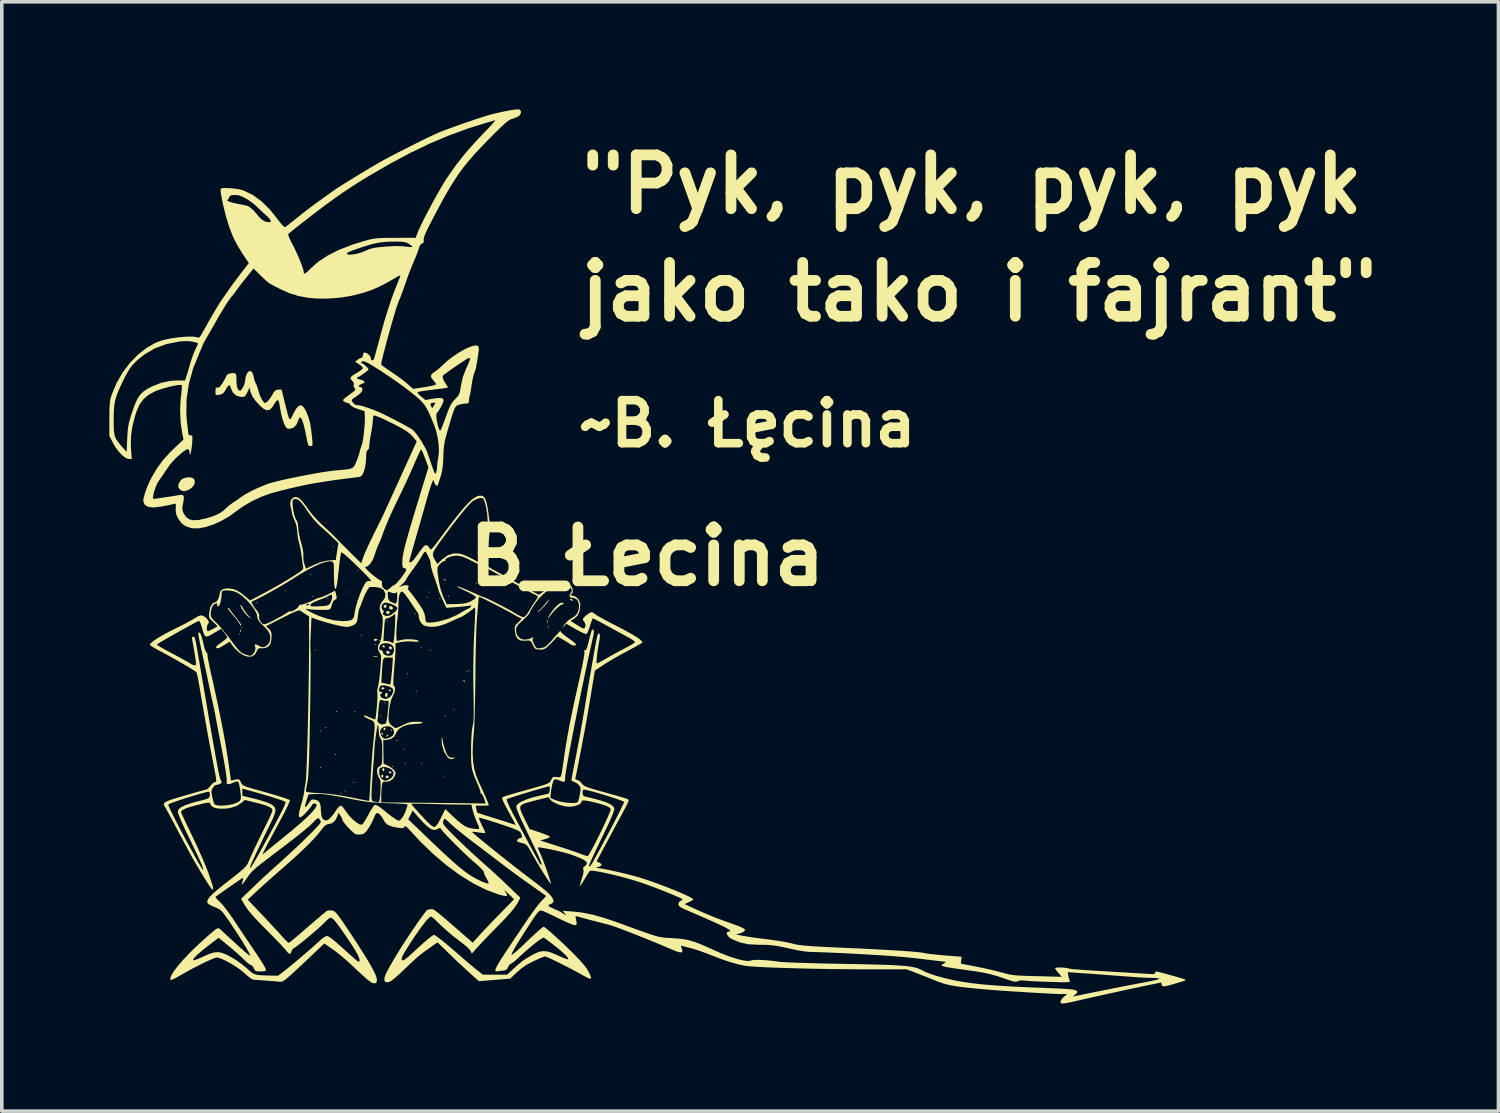
<source format=kicad_pcb>
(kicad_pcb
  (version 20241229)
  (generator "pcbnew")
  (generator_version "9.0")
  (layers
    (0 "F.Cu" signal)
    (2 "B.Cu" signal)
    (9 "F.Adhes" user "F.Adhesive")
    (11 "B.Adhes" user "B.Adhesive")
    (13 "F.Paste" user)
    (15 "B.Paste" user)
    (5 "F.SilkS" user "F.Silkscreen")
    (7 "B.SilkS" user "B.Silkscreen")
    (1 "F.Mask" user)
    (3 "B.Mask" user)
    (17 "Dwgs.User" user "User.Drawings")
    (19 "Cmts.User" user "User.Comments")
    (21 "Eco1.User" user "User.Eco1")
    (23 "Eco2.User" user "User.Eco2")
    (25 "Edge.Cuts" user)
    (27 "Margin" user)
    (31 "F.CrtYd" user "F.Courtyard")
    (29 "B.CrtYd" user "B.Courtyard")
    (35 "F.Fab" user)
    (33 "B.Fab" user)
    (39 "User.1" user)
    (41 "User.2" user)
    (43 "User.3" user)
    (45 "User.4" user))
  (footprint "B_Łecina"
    (layer "F.Cu")
    (at 14.997 12.469)
    (property "Reference" "B_Łecina" (at 0 0 0) (layer "F.SilkS") (effects (font (size 1.5 1.5) (thickness 0.3))))
    (attr board_only exclude_from_pos_files exclude_from_bom)
    (fp_poly (pts (xy -11.349 2.162) (xy -11.364 2.177) (xy -11.379 2.162) (xy -11.364 2.147)) (stroke (width 0) (type solid)) (fill yes) (layer "F.SilkS"))
    (fp_poly (pts (xy -11.289 1.982) (xy -11.304 1.997) (xy -11.319 1.982) (xy -11.304 1.967)) (stroke (width 0) (type solid)) (fill yes) (layer "F.SilkS"))
    (fp_poly (pts (xy -10.869 1.291) (xy -10.884 1.306) (xy -10.899 1.291) (xy -10.884 1.276)) (stroke (width 0) (type solid)) (fill yes) (layer "F.SilkS"))
    (fp_poly (pts (xy -10.058 0.961) (xy -10.073 0.976) (xy -10.088 0.961) (xy -10.073 0.946)) (stroke (width 0) (type solid)) (fill yes) (layer "F.SilkS"))
    (fp_poly (pts (xy -9.367 0.51) (xy -9.382 0.525) (xy -9.397 0.51) (xy -9.382 0.495)) (stroke (width 0) (type solid)) (fill yes) (layer "F.SilkS"))
    (fp_poly (pts (xy -9.307 1.111) (xy -9.322 1.126) (xy -9.337 1.111) (xy -9.322 1.096)) (stroke (width 0) (type solid)) (fill yes) (layer "F.SilkS"))
    (fp_poly (pts (xy -9.247 2.612) (xy -9.262 2.627) (xy -9.277 2.612) (xy -9.262 2.597)) (stroke (width 0) (type solid)) (fill yes) (layer "F.SilkS"))
    (fp_poly (pts (xy -9.097 4.864) (xy -9.112 4.879) (xy -9.127 4.864) (xy -9.112 4.849)) (stroke (width 0) (type solid)) (fill yes) (layer "F.SilkS"))
    (fp_poly (pts (xy -9.097 5.885) (xy -9.112 5.9) (xy -9.127 5.885) (xy -9.112 5.87)) (stroke (width 0) (type solid)) (fill yes) (layer "F.SilkS"))
    (fp_poly (pts (xy -8.947 4.774) (xy -8.962 4.789) (xy -8.977 4.774) (xy -8.962 4.759)) (stroke (width 0) (type solid)) (fill yes) (layer "F.SilkS"))
    (fp_poly (pts (xy -8.887 1.171) (xy -8.902 1.186) (xy -8.917 1.171) (xy -8.902 1.156)) (stroke (width 0) (type solid)) (fill yes) (layer "F.SilkS"))
    (fp_poly (pts (xy -8.737 -0.27) (xy -8.752 -0.255) (xy -8.767 -0.27) (xy -8.752 -0.285)) (stroke (width 0) (type solid)) (fill yes) (layer "F.SilkS"))
    (fp_poly (pts (xy -8.677 5.524) (xy -8.692 5.539) (xy -8.707 5.524) (xy -8.692 5.509)) (stroke (width 0) (type solid)) (fill yes) (layer "F.SilkS"))
    (fp_poly (pts (xy -8.647 4.323) (xy -8.662 4.338) (xy -8.677 4.323) (xy -8.662 4.308)) (stroke (width 0) (type solid)) (fill yes) (layer "F.SilkS"))
    (fp_poly (pts (xy -8.527 6.605) (xy -8.542 6.62) (xy -8.557 6.605) (xy -8.542 6.59)) (stroke (width 0) (type solid)) (fill yes) (layer "F.SilkS"))
    (fp_poly (pts (xy -8.407 6.545) (xy -8.422 6.56) (xy -8.437 6.545) (xy -8.422 6.53)) (stroke (width 0) (type solid)) (fill yes) (layer "F.SilkS"))
    (fp_poly (pts (xy -8.377 0.991) (xy -8.392 1.006) (xy -8.407 0.991) (xy -8.392 0.976)) (stroke (width 0) (type solid)) (fill yes) (layer "F.SilkS"))
    (fp_poly (pts (xy -8.166 6.305) (xy -8.181 6.32) (xy -8.196 6.305) (xy -8.181 6.29)) (stroke (width 0) (type solid)) (fill yes) (layer "F.SilkS"))
    (fp_poly (pts (xy -8.136 4.323) (xy -8.151 4.338) (xy -8.166 4.323) (xy -8.151 4.308)) (stroke (width 0) (type solid)) (fill yes) (layer "F.SilkS"))
    (fp_poly (pts (xy -8.046 0.39) (xy -8.061 0.405) (xy -8.076 0.39) (xy -8.061 0.375)) (stroke (width 0) (type solid)) (fill yes) (layer "F.SilkS"))
    (fp_poly (pts (xy -7.956 2.192) (xy -7.971 2.207) (xy -7.986 2.192) (xy -7.971 2.177)) (stroke (width 0) (type solid)) (fill yes) (layer "F.SilkS"))
    (fp_poly (pts (xy -7.566 2.462) (xy -7.581 2.477) (xy -7.596 2.462) (xy -7.581 2.447)) (stroke (width 0) (type solid)) (fill yes) (layer "F.SilkS"))
    (fp_poly (pts (xy -7.446 2.342) (xy -7.461 2.357) (xy -7.476 2.342) (xy -7.461 2.327)) (stroke (width 0) (type solid)) (fill yes) (layer "F.SilkS"))
    (fp_poly (pts (xy -7.416 4.443) (xy -7.431 4.459) (xy -7.446 4.443) (xy -7.431 4.428)) (stroke (width 0) (type solid)) (fill yes) (layer "F.SilkS"))
    (fp_poly (pts (xy -7.296 4.083) (xy -7.311 4.098) (xy -7.326 4.083) (xy -7.311 4.068)) (stroke (width 0) (type solid)) (fill yes) (layer "F.SilkS"))
    (fp_poly (pts (xy -7.236 1.801) (xy -7.251 1.816) (xy -7.266 1.801) (xy -7.251 1.786)) (stroke (width 0) (type solid)) (fill yes) (layer "F.SilkS"))
    (fp_poly (pts (xy -7.086 5.855) (xy -7.101 5.87) (xy -7.116 5.855) (xy -7.101 5.84)) (stroke (width 0) (type solid)) (fill yes) (layer "F.SilkS"))
    (fp_poly (pts (xy -6.965 5.134) (xy -6.98 5.149) (xy -6.996 5.134) (xy -6.98 5.119)) (stroke (width 0) (type solid)) (fill yes) (layer "F.SilkS"))
    (fp_poly (pts (xy -6.755 5.374) (xy -6.77 5.389) (xy -6.785 5.374) (xy -6.77 5.359)) (stroke (width 0) (type solid)) (fill yes) (layer "F.SilkS"))
    (fp_poly (pts (xy -6.725 5.765) (xy -6.74 5.78) (xy -6.755 5.765) (xy -6.74 5.75)) (stroke (width 0) (type solid)) (fill yes) (layer "F.SilkS"))
    (fp_poly (pts (xy -6.665 3.273) (xy -6.68 3.288) (xy -6.695 3.273) (xy -6.68 3.258)) (stroke (width 0) (type solid)) (fill yes) (layer "F.SilkS"))
    (fp_poly (pts (xy -6.455 1.591) (xy -6.47 1.606) (xy -6.485 1.591) (xy -6.47 1.576)) (stroke (width 0) (type solid)) (fill yes) (layer "F.SilkS"))
    (fp_poly (pts (xy -6.425 3.753) (xy -6.44 3.768) (xy -6.455 3.753) (xy -6.44 3.738)) (stroke (width 0) (type solid)) (fill yes) (layer "F.SilkS"))
    (fp_poly (pts (xy -6.275 2.552) (xy -6.29 2.567) (xy -6.305 2.552) (xy -6.29 2.537)) (stroke (width 0) (type solid)) (fill yes) (layer "F.SilkS"))
    (fp_poly (pts (xy -6.275 5.765) (xy -6.29 5.78) (xy -6.305 5.765) (xy -6.29 5.75)) (stroke (width 0) (type solid)) (fill yes) (layer "F.SilkS"))
    (fp_poly (pts (xy -6.125 1.141) (xy -6.14 1.156) (xy -6.155 1.141) (xy -6.14 1.126)) (stroke (width 0) (type solid)) (fill yes) (layer "F.SilkS"))
    (fp_poly (pts (xy -6.065 0.991) (xy -6.08 1.006) (xy -6.095 0.991) (xy -6.08 0.976)) (stroke (width 0) (type solid)) (fill yes) (layer "F.SilkS"))
    (fp_poly (pts (xy -6.035 2.612) (xy -6.05 2.627) (xy -6.065 2.612) (xy -6.05 2.597)) (stroke (width 0) (type solid)) (fill yes) (layer "F.SilkS"))
    (fp_poly (pts (xy -5.765 1.171) (xy -5.78 1.186) (xy -5.795 1.171) (xy -5.78 1.156)) (stroke (width 0) (type solid)) (fill yes) (layer "F.SilkS"))
    (fp_poly (pts (xy -5.644 6.125) (xy -5.659 6.14) (xy -5.674 6.125) (xy -5.659 6.11)) (stroke (width 0) (type solid)) (fill yes) (layer "F.SilkS"))
    (fp_poly (pts (xy -5.614 4.443) (xy -5.629 4.459) (xy -5.644 4.443) (xy -5.629 4.428)) (stroke (width 0) (type solid)) (fill yes) (layer "F.SilkS"))
    (fp_poly (pts (xy -5.524 1.111) (xy -5.539 1.126) (xy -5.554 1.111) (xy -5.539 1.096)) (stroke (width 0) (type solid)) (fill yes) (layer "F.SilkS"))
    (fp_poly (pts (xy -5.374 4.263) (xy -5.389 4.278) (xy -5.404 4.263) (xy -5.389 4.248)) (stroke (width 0) (type solid)) (fill yes) (layer "F.SilkS"))
    (fp_poly (pts (xy -5.014 3.213) (xy -5.029 3.228) (xy -5.044 3.213) (xy -5.029 3.198)) (stroke (width 0) (type solid)) (fill yes) (layer "F.SilkS"))
    (fp_poly (pts (xy -4.954 3.183) (xy -4.969 3.198) (xy -4.984 3.183) (xy -4.969 3.167)) (stroke (width 0) (type solid)) (fill yes) (layer "F.SilkS"))
    (fp_poly (pts (xy -4.744 0.751) (xy -4.759 0.766) (xy -4.774 0.751) (xy -4.759 0.736)) (stroke (width 0) (type solid)) (fill yes) (layer "F.SilkS"))
    (fp_poly (pts (xy -4.684 -0.901) (xy -4.699 -0.886) (xy -4.714 -0.901) (xy -4.699 -0.916)) (stroke (width 0) (type solid)) (fill yes) (layer "F.SilkS"))
    (fp_poly (pts (xy -4.654 -0.781) (xy -4.669 -0.766) (xy -4.684 -0.781) (xy -4.669 -0.796)) (stroke (width 0) (type solid)) (fill yes) (layer "F.SilkS"))
    (fp_poly (pts (xy -4.624 0.15) (xy -4.639 0.165) (xy -4.654 0.15) (xy -4.639 0.135)) (stroke (width 0) (type solid)) (fill yes) (layer "F.SilkS"))
    (fp_poly (pts (xy -4.173 0.54) (xy -4.188 0.555) (xy -4.203 0.54) (xy -4.188 0.525)) (stroke (width 0) (type solid)) (fill yes) (layer "F.SilkS"))
    (fp_poly (pts (xy -11.328 2.051) (xy -11.325 2.098) (xy -11.331 2.109) (xy -11.344 2.1) (xy -11.347 2.069) (xy -11.339 2.037)) (stroke (width 0) (type solid)) (fill yes) (layer "F.SilkS"))
    (fp_poly (pts (xy -7.126 4.829) (xy -7.122 4.864) (xy -7.126 4.869) (xy -7.143 4.865) (xy -7.146 4.849) (xy -7.135 4.824)) (stroke (width 0) (type solid)) (fill yes) (layer "F.SilkS"))
    (fp_poly (pts (xy -2.772 1.779) (xy -2.768 1.84) (xy -2.772 1.854) (xy -2.783 1.858) (xy -2.787 1.816) (xy -2.783 1.774)) (stroke (width 0) (type solid)) (fill yes) (layer "F.SilkS"))
    (fp_poly (pts (xy -2.742 1.947) (xy -2.739 1.982) (xy -2.742 1.987) (xy -2.76 1.982) (xy -2.762 1.967) (xy -2.751 1.942)) (stroke (width 0) (type solid)) (fill yes) (layer "F.SilkS"))
    (fp_poly (pts (xy -7.268 1.369) (xy -7.271 1.408) (xy -7.293 1.438) (xy -7.326 1.427) (xy -7.354 1.395) (xy -7.334 1.362) (xy -7.29 1.34)) (stroke (width 0) (type solid)) (fill yes) (layer "F.SilkS"))
    (fp_poly (pts (xy -7.148 3.716) (xy -7.143 3.73) (xy -7.165 3.758) (xy -7.177 3.763) (xy -7.203 3.754) (xy -7.201 3.739) (xy -7.175 3.708)) (stroke (width 0) (type solid)) (fill yes) (layer "F.SilkS"))
    (fp_poly (pts (xy -5.649 0.628) (xy -5.617 0.656) (xy -5.614 0.662) (xy -5.629 0.675) (xy -5.658 0.647) (xy -5.662 0.641) (xy -5.666 0.62)) (stroke (width 0) (type solid)) (fill yes) (layer "F.SilkS"))
    (fp_poly (pts (xy -5.109 3.45) (xy -5.076 3.48) (xy -5.083 3.497) (xy -5.087 3.498) (xy -5.113 3.476) (xy -5.122 3.463) (xy -5.125 3.443)) (stroke (width 0) (type solid)) (fill yes) (layer "F.SilkS"))
    (fp_poly (pts (xy -7.523 2.308) (xy -7.521 2.327) (xy -7.564 2.354) (xy -7.583 2.357) (xy -7.622 2.34) (xy -7.626 2.327) (xy -7.601 2.303) (xy -7.564 2.297)) (stroke (width 0) (type solid)) (fill yes) (layer "F.SilkS"))
    (fp_poly (pts (xy -7.513 2.787) (xy -7.506 2.795) (xy -7.549 2.799) (xy -7.581 2.8) (xy -7.639 2.797) (xy -7.648 2.79) (xy -7.633 2.786) (xy -7.555 2.781)) (stroke (width 0) (type solid)) (fill yes) (layer "F.SilkS"))
    (fp_poly (pts (xy -7.386 4.924) (xy -7.357 4.951) (xy -7.356 4.956) (xy -7.379 4.969) (xy -7.386 4.969) (xy -7.415 4.946) (xy -7.416 4.937) (xy -7.397 4.919)) (stroke (width 0) (type solid)) (fill yes) (layer "F.SilkS"))
    (fp_poly (pts (xy -7.359 6.104) (xy -7.356 6.125) (xy -7.372 6.165) (xy -7.386 6.17) (xy -7.412 6.146) (xy -7.416 6.125) (xy -7.4 6.085) (xy -7.386 6.08)) (stroke (width 0) (type solid)) (fill yes) (layer "F.SilkS"))
    (fp_poly (pts (xy -7.331 3.664) (xy -7.326 3.678) (xy -7.35 3.705) (xy -7.371 3.708) (xy -7.411 3.692) (xy -7.416 3.678) (xy -7.392 3.651) (xy -7.371 3.648)) (stroke (width 0) (type solid)) (fill yes) (layer "F.SilkS"))
    (fp_poly (pts (xy -7.329 5.924) (xy -7.326 5.945) (xy -7.342 5.985) (xy -7.356 5.99) (xy -7.382 5.965) (xy -7.386 5.945) (xy -7.37 5.905) (xy -7.356 5.9)) (stroke (width 0) (type solid)) (fill yes) (layer "F.SilkS"))
    (fp_poly (pts (xy -7.317 2.499) (xy -7.311 2.507) (xy -7.318 2.533) (xy -7.339 2.537) (xy -7.38 2.521) (xy -7.386 2.507) (xy -7.364 2.478) (xy -7.358 2.477)) (stroke (width 0) (type solid)) (fill yes) (layer "F.SilkS"))
    (fp_poly (pts (xy -7.3 4.781) (xy -7.296 4.802) (xy -7.311 4.843) (xy -7.326 4.849) (xy -7.355 4.827) (xy -7.356 4.821) (xy -7.334 4.78) (xy -7.326 4.774)) (stroke (width 0) (type solid)) (fill yes) (layer "F.SilkS"))
    (fp_poly (pts (xy -7.241 3.823) (xy -7.236 3.858) (xy -7.251 3.91) (xy -7.287 3.913) (xy -7.304 3.9) (xy -7.311 3.86) (xy -7.29 3.814) (xy -7.263 3.798)) (stroke (width 0) (type solid)) (fill yes) (layer "F.SilkS"))
    (fp_poly (pts (xy -7.216 4.987) (xy -7.221 4.999) (xy -7.248 5.028) (xy -7.252 5.029) (xy -7.265 5.006) (xy -7.266 4.999) (xy -7.243 4.97) (xy -7.234 4.969)) (stroke (width 0) (type solid)) (fill yes) (layer "F.SilkS"))
    (fp_poly (pts (xy -7.211 6.125) (xy -7.206 6.138) (xy -7.226 6.177) (xy -7.264 6.187) (xy -7.277 6.179) (xy -7.295 6.135) (xy -7.263 6.111) (xy -7.251 6.11)) (stroke (width 0) (type solid)) (fill yes) (layer "F.SilkS"))
    (fp_poly (pts (xy -7.181 1.54) (xy -7.176 1.561) (xy -7.198 1.599) (xy -7.245 1.604) (xy -7.275 1.587) (xy -7.282 1.55) (xy -7.248 1.521) (xy -7.219 1.516)) (stroke (width 0) (type solid)) (fill yes) (layer "F.SilkS"))
    (fp_poly (pts (xy -7.179 2.671) (xy -7.176 2.689) (xy -7.198 2.713) (xy -7.243 2.713) (xy -7.279 2.689) (xy -7.276 2.651) (xy -7.266 2.642) (xy -7.216 2.638)) (stroke (width 0) (type solid)) (fill yes) (layer "F.SilkS"))
    (fp_poly (pts (xy -7.137 6.012) (xy -7.131 6.02) (xy -7.137 6.045) (xy -7.159 6.05) (xy -7.2 6.034) (xy -7.206 6.02) (xy -7.184 5.991) (xy -7.177 5.99)) (stroke (width 0) (type solid)) (fill yes) (layer "F.SilkS"))
    (fp_poly (pts (xy -7.121 2.531) (xy -7.116 2.552) (xy -7.134 2.593) (xy -7.175 2.586) (xy -7.186 2.577) (xy -7.205 2.533) (xy -7.174 2.508) (xy -7.161 2.507)) (stroke (width 0) (type solid)) (fill yes) (layer "F.SilkS"))
    (fp_poly (pts (xy -2.08 1.2) (xy -2.072 1.216) (xy -2.076 1.242) (xy -2.102 1.234) (xy -2.132 1.216) (xy -2.159 1.193) (xy -2.131 1.186) (xy -2.124 1.186)) (stroke (width 0) (type solid)) (fill yes) (layer "F.SilkS"))
    (fp_poly (pts (xy -7.109 1.399) (xy -7.086 1.441) (xy -7.086 1.444) (xy -7.107 1.479) (xy -7.153 1.483) (xy -7.191 1.456) (xy -7.196 1.407) (xy -7.191 1.397) (xy -7.154 1.38)) (stroke (width 0) (type solid)) (fill yes) (layer "F.SilkS"))
    (fp_poly (pts (xy -2.752 1.245) (xy -2.801 1.309) (xy -2.867 1.386) (xy -2.938 1.46) (xy -2.999 1.518) (xy -3.039 1.545) (xy -3.042 1.545) (xy -3.05 1.533) (xy -3.024 1.513) (xy -2.978 1.474) (xy -2.911 1.403) (xy -2.851 1.331) (xy -2.791 1.258) (xy -2.748 1.214) (xy -2.732 1.206)) (stroke (width 0) (type solid)) (fill yes) (layer "F.SilkS"))
    (fp_poly (pts (xy -11.321 1.365) (xy -11.284 1.42) (xy -11.259 1.462) (xy -11.198 1.555) (xy -11.131 1.636) (xy -11.111 1.656) (xy -11.065 1.701) (xy -11.051 1.725) (xy -11.053 1.725) (xy -11.085 1.707) (xy -11.142 1.661) (xy -11.161 1.643) (xy -11.22 1.579) (xy -11.276 1.5) (xy -11.321 1.424) (xy -11.343 1.368) (xy -11.341 1.349)) (stroke (width 0) (type solid)) (fill yes) (layer "F.SilkS"))
    (fp_poly (pts (xy -12.726 -2.205) (xy -12.652 -2.176) (xy -12.646 -2.171) (xy -12.612 -2.1) (xy -12.625 -2.016) (xy -12.68 -1.934) (xy -12.77 -1.866) (xy -12.799 -1.852) (xy -12.888 -1.822) (xy -12.954 -1.825) (xy -13.025 -1.864) (xy -13.026 -1.865) (xy -13.074 -1.93) (xy -13.071 -2.015) (xy -13.017 -2.111) (xy -12.993 -2.139) (xy -12.921 -2.184) (xy -12.823 -2.206)) (stroke (width 0) (type solid)) (fill yes) (layer "F.SilkS"))
    (fp_poly (pts (xy -2.328 1.305) (xy -2.335 1.33) (xy -2.366 1.336) (xy -2.413 1.358) (xy -2.484 1.414) (xy -2.566 1.492) (xy -2.646 1.58) (xy -2.711 1.664) (xy -2.723 1.683) (xy -2.751 1.72) (xy -2.76 1.72) (xy -2.744 1.673) (xy -2.699 1.596) (xy -2.633 1.504) (xy -2.563 1.419) (xy -2.478 1.338) (xy -2.403 1.293) (xy -2.346 1.289)) (stroke (width 0) (type solid)) (fill yes) (layer "F.SilkS"))
    (fp_poly (pts (xy -5.714 5.057) (xy -5.714 5.059) (xy -5.693 5.183) (xy -5.658 5.316) (xy -5.616 5.44) (xy -5.572 5.535) (xy -5.547 5.57) (xy -5.477 5.614) (xy -5.41 5.612) (xy -5.359 5.604) (xy -5.361 5.616) (xy -5.374 5.627) (xy -5.459 5.657) (xy -5.536 5.63) (xy -5.56 5.607) (xy -5.665 5.439) (xy -5.722 5.248) (xy -5.73 5.126) (xy -5.726 5.044) (xy -5.721 5.021)) (stroke (width 0) (type solid)) (fill yes) (layer "F.SilkS"))
    (fp_poly (pts (xy -11.665 1.434) (xy -11.658 1.447) (xy -11.634 1.486) (xy -11.581 1.558) (xy -11.509 1.649) (xy -11.482 1.683) (xy -11.408 1.776) (xy -11.351 1.853) (xy -11.321 1.901) (xy -11.319 1.909) (xy -11.328 1.935) (xy -11.353 1.905) (xy -11.371 1.869) (xy -11.406 1.814) (xy -11.47 1.732) (xy -11.549 1.64) (xy -11.56 1.627) (xy -11.631 1.543) (xy -11.679 1.475) (xy -11.695 1.436) (xy -11.694 1.432)) (stroke (width 0) (type solid)) (fill yes) (layer "F.SilkS"))
    (fp_poly (pts (xy -11.018 -5.142) (xy -10.983 -5.058) (xy -10.976 -5.02) (xy -10.953 -4.925) (xy -10.924 -4.846) (xy -10.916 -4.833) (xy -10.882 -4.761) (xy -10.854 -4.671) (xy -10.854 -4.67) (xy -10.819 -4.548) (xy -10.773 -4.434) (xy -10.722 -4.343) (xy -10.675 -4.288) (xy -10.651 -4.278) (xy -10.605 -4.304) (xy -10.542 -4.374) (xy -10.47 -4.477) (xy -10.403 -4.594) (xy -10.344 -4.644) (xy -10.282 -4.654) (xy -10.193 -4.654) (xy -10.1 -4.274) (xy -10.054 -4.088) (xy -10.02 -3.956) (xy -9.993 -3.872) (xy -9.971 -3.833) (xy -9.949 -3.832) (xy -9.923 -3.866) (xy -9.89 -3.93) (xy -9.868 -3.977) (xy -9.79 -4.116) (xy -9.721 -4.196) (xy -9.657 -4.218) (xy -9.595 -4.183) (xy -9.532 -4.09) (xy -9.499 -4.025) (xy -9.445 -3.886) (xy -9.402 -3.731) (xy -9.37 -3.546) (xy -9.344 -3.316) (xy -9.343 -3.31) (xy -9.333 -3.193) (xy -9.331 -3.124) (xy -9.341 -3.09) (xy -9.363 -3.079) (xy -9.387 -3.077) (xy -9.426 -3.086) (xy -9.453 -3.119) (xy -9.474 -3.192) (xy -9.485 -3.25) (xy -9.534 -3.493) (xy -9.578 -3.676) (xy -9.619 -3.8) (xy -9.655 -3.867) (xy -9.689 -3.875) (xy -9.719 -3.827) (xy -9.732 -3.782) (xy -9.785 -3.667) (xy -9.867 -3.588) (xy -9.966 -3.558) (xy -9.97 -3.558) (xy -10.027 -3.565) (xy -10.067 -3.596) (xy -10.106 -3.665) (xy -10.122 -3.7) (xy -10.165 -3.819) (xy -10.201 -3.953) (xy -10.212 -4.008) (xy -10.232 -4.122) (xy -10.25 -4.227) (xy -10.258 -4.271) (xy -10.28 -4.346) (xy -10.312 -4.362) (xy -10.354 -4.32) (xy -10.382 -4.274) (xy -10.46 -4.151) (xy -10.534 -4.086) (xy -10.613 -4.077) (xy -10.703 -4.123) (xy -10.786 -4.196) (xy -10.919 -4.338) (xy -11.007 -4.462) (xy -11.056 -4.578) (xy -11.064 -4.607) (xy -11.086 -4.71) (xy -11.15 -4.577) (xy -11.192 -4.497) (xy -11.229 -4.459) (xy -11.282 -4.449) (xy -11.334 -4.45) (xy -11.456 -4.485) (xy -11.551 -4.568) (xy -11.606 -4.689) (xy -11.61 -4.703) (xy -11.633 -4.767) (xy -11.667 -4.773) (xy -11.713 -4.721) (xy -11.743 -4.67) (xy -11.791 -4.587) (xy -11.833 -4.543) (xy -11.889 -4.519) (xy -11.942 -4.508) (xy -12.005 -4.5) (xy -12.033 -4.516) (xy -12.039 -4.572) (xy -12.039 -4.607) (xy -12.035 -4.681) (xy -12.017 -4.71) (xy -11.984 -4.708) (xy -11.941 -4.714) (xy -11.893 -4.759) (xy -11.833 -4.847) (xy -11.783 -4.933) (xy -11.749 -5) (xy -11.739 -5.028) (xy -11.713 -5.068) (xy -11.649 -5.1) (xy -11.568 -5.115) (xy -11.535 -5.113) (xy -11.492 -5.105) (xy -11.467 -5.084) (xy -11.456 -5.036) (xy -11.453 -4.947) (xy -11.453 -4.904) (xy -11.442 -4.762) (xy -11.415 -4.667) (xy -11.374 -4.624) (xy -11.339 -4.626) (xy -11.303 -4.662) (xy -11.263 -4.733) (xy -11.229 -4.813) (xy -11.214 -4.879) (xy -11.196 -5.008) (xy -11.16 -5.103) (xy -11.113 -5.16) (xy -11.064 -5.174)) (stroke (width 0) (type solid)) (fill yes) (layer "F.SilkS"))
    (fp_poly (pts (xy -3.563 -12.466) (xy -3.52 -12.424) (xy -3.519 -12.36) (xy -3.559 -12.295) (xy -3.565 -12.29) (xy -3.626 -12.254) (xy -3.716 -12.218) (xy -3.753 -12.207) (xy -3.802 -12.19) (xy -3.854 -12.162) (xy -3.916 -12.117) (xy -3.993 -12.051) (xy -4.093 -11.957) (xy -4.221 -11.832) (xy -4.384 -11.668) (xy -4.398 -11.654) (xy -4.609 -11.437) (xy -4.794 -11.24) (xy -4.958 -11.053) (xy -5.107 -10.87) (xy -5.247 -10.68) (xy -5.382 -10.478) (xy -5.52 -10.255) (xy -5.665 -10.002) (xy -5.823 -9.712) (xy -5.999 -9.377) (xy -6.033 -9.311) (xy -6.122 -9.135) (xy -6.183 -9.004) (xy -6.219 -8.911) (xy -6.233 -8.848) (xy -6.231 -8.82) (xy -6.228 -8.761) (xy -6.267 -8.733) (xy -6.274 -8.731) (xy -6.328 -8.688) (xy -6.366 -8.591) (xy -6.394 -8.503) (xy -6.439 -8.384) (xy -6.493 -8.259) (xy -6.5 -8.241) (xy -6.55 -8.125) (xy -6.611 -7.97) (xy -6.676 -7.798) (xy -6.736 -7.627) (xy -6.74 -7.617) (xy -6.793 -7.464) (xy -6.844 -7.323) (xy -6.887 -7.21) (xy -6.918 -7.136) (xy -6.923 -7.126) (xy -6.948 -7.063) (xy -6.986 -6.953) (xy -7.032 -6.805) (xy -7.084 -6.628) (xy -7.14 -6.434) (xy -7.198 -6.23) (xy -7.253 -6.027) (xy -7.305 -5.833) (xy -7.35 -5.659) (xy -7.385 -5.514) (xy -7.408 -5.408) (xy -7.416 -5.35) (xy -7.392 -5.328) (xy -7.328 -5.281) (xy -7.234 -5.215) (xy -7.121 -5.139) (xy -6.986 -5.046) (xy -6.852 -4.948) (xy -6.738 -4.86) (xy -6.677 -4.808) (xy -6.527 -4.674) (xy -6.206 -4.722) (xy -6.061 -4.746) (xy -5.955 -4.771) (xy -5.895 -4.793) (xy -5.885 -4.804) (xy -5.905 -4.846) (xy -5.954 -4.903) (xy -5.96 -4.909) (xy -6.022 -4.99) (xy -6.025 -5.06) (xy -5.969 -5.12) (xy -5.946 -5.134) (xy -5.88 -5.178) (xy -5.792 -5.251) (xy -5.701 -5.337) (xy -5.698 -5.34) (xy -5.573 -5.455) (xy -5.43 -5.565) (xy -5.28 -5.666) (xy -5.131 -5.754) (xy -4.992 -5.823) (xy -4.87 -5.869) (xy -4.776 -5.887) (xy -4.717 -5.874) (xy -4.709 -5.865) (xy -4.693 -5.806) (xy -4.694 -5.75) (xy -4.704 -5.684) (xy -4.72 -5.58) (xy -4.738 -5.458) (xy -4.742 -5.434) (xy -4.763 -5.313) (xy -4.786 -5.209) (xy -4.807 -5.142) (xy -4.811 -5.134) (xy -4.841 -5.053) (xy -4.872 -4.917) (xy -4.902 -4.732) (xy -4.912 -4.654) (xy -4.927 -4.565) (xy -4.943 -4.498) (xy -4.946 -4.489) (xy -4.96 -4.426) (xy -4.967 -4.353) (xy -4.974 -4.293) (xy -5.005 -4.268) (xy -5.075 -4.262) (xy -5.178 -4.25) (xy -5.272 -4.223) (xy -5.306 -4.207) (xy -5.334 -4.182) (xy -5.36 -4.142) (xy -5.388 -4.077) (xy -5.423 -3.979) (xy -5.466 -3.839) (xy -5.517 -3.669) (xy -5.574 -3.476) (xy -5.615 -3.325) (xy -5.644 -3.203) (xy -5.662 -3.094) (xy -5.673 -2.985) (xy -5.68 -2.86) (xy -5.682 -2.792) (xy -5.691 -2.598) (xy -5.708 -2.443) (xy -5.735 -2.308) (xy -5.765 -2.207) (xy -5.8 -2.099) (xy -5.828 -2.017) (xy -5.844 -1.973) (xy -5.845 -1.97) (xy -5.871 -1.97) (xy -5.907 -2.006) (xy -5.936 -2.058) (xy -5.946 -2.098) (xy -5.954 -2.134) (xy -5.974 -2.113) (xy -6.007 -2.036) (xy -6.052 -1.904) (xy -6.109 -1.72) (xy -6.154 -1.561) (xy -6.209 -1.363) (xy -6.252 -1.21) (xy -6.286 -1.091) (xy -6.313 -0.994) (xy -6.338 -0.907) (xy -6.364 -0.817) (xy -6.394 -0.713) (xy -6.432 -0.582) (xy -6.439 -0.555) (xy -6.507 -0.321) (xy -6.561 -0.13) (xy -6.601 0.015) (xy -6.626 0.11) (xy -6.635 0.151) (xy -6.635 0.152) (xy -6.611 0.164) (xy -6.595 0.165) (xy -6.559 0.142) (xy -6.502 0.082) (xy -6.438 -0.002) (xy -6.346 -0.131) (xy -6.28 -0.219) (xy -6.235 -0.274) (xy -6.202 -0.303) (xy -6.176 -0.314) (xy -6.157 -0.315) (xy -6.108 -0.29) (xy -6.068 -0.236) (xy -6.054 -0.208) (xy -6.037 -0.196) (xy -6.013 -0.206) (xy -5.976 -0.243) (xy -5.919 -0.313) (xy -5.837 -0.421) (xy -5.753 -0.533) (xy -5.544 -0.812) (xy -5.365 -1.044) (xy -5.213 -1.235) (xy -5.084 -1.387) (xy -4.975 -1.504) (xy -4.881 -1.589) (xy -4.8 -1.647) (xy -4.728 -1.682) (xy -4.662 -1.696) (xy -4.641 -1.696) (xy -4.582 -1.684) (xy -4.535 -1.642) (xy -4.497 -1.565) (xy -4.464 -1.443) (xy -4.434 -1.272) (xy -4.422 -1.193) (xy -4.403 -1.048) (xy -4.391 -0.932) (xy -4.387 -0.828) (xy -4.39 -0.718) (xy -4.401 -0.586) (xy -4.42 -0.414) (xy -4.425 -0.37) (xy -4.443 -0.204) (xy -4.46 -0.052) (xy -4.473 0.071) (xy -4.481 0.154) (xy -4.483 0.176) (xy -4.48 0.223) (xy -4.458 0.262) (xy -4.405 0.303) (xy -4.31 0.358) (xy -4.293 0.367) (xy -4.205 0.415) (xy -4.076 0.486) (xy -3.919 0.573) (xy -3.747 0.669) (xy -3.57 0.768) (xy -3.568 0.769) (xy -3.406 0.859) (xy -3.262 0.938) (xy -3.145 1.002) (xy -3.061 1.046) (xy -3.02 1.065) (xy -3.017 1.066) (xy -2.985 1.048) (xy -2.922 1.003) (xy -2.866 0.958) (xy -2.742 0.877) (xy -2.599 0.815) (xy -2.452 0.776) (xy -2.315 0.762) (xy -2.2 0.776) (xy -2.122 0.82) (xy -2.121 0.821) (xy -2.089 0.878) (xy -2.073 0.947) (xy -2.076 1.007) (xy -2.098 1.036) (xy -2.102 1.036) (xy -2.131 1.059) (xy -2.132 1.066) (xy -2.106 1.09) (xy -2.07 1.096) (xy -1.99 1.123) (xy -1.918 1.19) (xy -1.871 1.281) (xy -1.862 1.342) (xy -1.882 1.519) (xy -1.942 1.651) (xy -2.031 1.733) (xy -2.137 1.796) (xy -1.95 1.914) (xy -1.849 1.975) (xy -1.786 2.004) (xy -1.75 2.004) (xy -1.738 1.992) (xy -1.714 1.909) (xy -1.748 1.826) (xy -1.761 1.811) (xy -1.792 1.769) (xy -1.786 1.733) (xy -1.745 1.686) (xy -1.672 1.621) (xy -1.605 1.576) (xy -1.547 1.553) (xy -1.501 1.568) (xy -1.462 1.6) (xy -1.414 1.634) (xy -1.322 1.689) (xy -1.196 1.759) (xy -1.045 1.839) (xy -0.89 1.919) (xy -0.651 2.042) (xy -0.454 2.151) (xy -0.3 2.244) (xy -0.194 2.318) (xy -0.138 2.372) (xy -0.13 2.397) (xy -0.158 2.42) (xy -0.23 2.463) (xy -0.336 2.524) (xy -0.468 2.595) (xy -0.541 2.634) (xy -0.711 2.725) (xy -0.887 2.824) (xy -1.05 2.919) (xy -1.182 3.001) (xy -1.201 3.014) (xy -1.456 3.183) (xy -1.565 3.843) (xy -1.6 4.054) (xy -1.636 4.262) (xy -1.669 4.454) (xy -1.697 4.617) (xy -1.719 4.737) (xy -1.723 4.759) (xy -1.75 4.903) (xy -1.783 5.078) (xy -1.817 5.256) (xy -1.833 5.344) (xy -1.886 5.621) (xy -1.928 5.841) (xy -1.961 6.005) (xy -1.985 6.117) (xy -2 6.177) (xy -2 6.177) (xy -1.996 6.22) (xy -1.956 6.23) (xy -1.899 6.253) (xy -1.839 6.309) (xy -1.833 6.318) (xy -1.808 6.35) (xy -1.778 6.378) (xy -1.736 6.404) (xy -1.674 6.431) (xy -1.586 6.462) (xy -1.463 6.499) (xy -1.299 6.546) (xy -1.086 6.606) (xy -1.035 6.62) (xy -0.876 6.664) (xy -0.736 6.705) (xy -0.626 6.739) (xy -0.557 6.763) (xy -0.54 6.77) (xy -0.523 6.783) (xy -0.516 6.8) (xy -0.52 6.83) (xy -0.541 6.88) (xy -0.58 6.959) (xy -0.642 7.075) (xy -0.728 7.236) (xy -0.801 7.37) (xy -0.888 7.531) (xy -0.976 7.695) (xy -1.019 7.776) (xy -1.099 7.926) (xy -1.183 8.083) (xy -1.259 8.224) (xy -1.294 8.29) (xy -1.409 8.503) (xy -1.335 8.537) (xy -1.273 8.577) (xy -1.271 8.615) (xy -1.329 8.649) (xy -1.359 8.658) (xy -1.415 8.677) (xy -1.414 8.687) (xy -1.39 8.689) (xy -1.306 8.699) (xy -1.177 8.722) (xy -1.015 8.754) (xy -0.833 8.795) (xy -0.643 8.839) (xy -0.458 8.886) (xy -0.289 8.931) (xy -0.234 8.948) (xy -0.066 9) (xy 0.12 9.063) (xy 0.316 9.134) (xy 0.514 9.209) (xy 0.706 9.284) (xy 0.884 9.357) (xy 1.039 9.425) (xy 1.164 9.483) (xy 1.25 9.529) (xy 1.289 9.56) (xy 1.291 9.564) (xy 1.266 9.587) (xy 1.204 9.622) (xy 1.167 9.639) (xy 1.044 9.695) (xy 1.265 9.797) (xy 1.575 9.937) (xy 1.848 10.051) (xy 2.097 10.145) (xy 2.147 10.163) (xy 2.353 10.236) (xy 2.509 10.293) (xy 2.618 10.338) (xy 2.688 10.372) (xy 2.724 10.398) (xy 2.732 10.416) (xy 2.706 10.456) (xy 2.641 10.494) (xy 2.557 10.521) (xy 2.513 10.527) (xy 2.486 10.533) (xy 2.511 10.545) (xy 2.583 10.563) (xy 2.693 10.584) (xy 2.835 10.608) (xy 3.002 10.633) (xy 3.188 10.657) (xy 3.304 10.671) (xy 3.495 10.696) (xy 3.684 10.724) (xy 3.855 10.753) (xy 3.992 10.781) (xy 4.054 10.797) (xy 4.118 10.813) (xy 4.19 10.828) (xy 4.276 10.84) (xy 4.382 10.852) (xy 4.515 10.863) (xy 4.681 10.874) (xy 4.886 10.886) (xy 5.138 10.898) (xy 5.441 10.912) (xy 5.509 10.915) (xy 5.995 10.937) (xy 6.42 10.959) (xy 6.787 10.979) (xy 7.094 10.998) (xy 7.344 11.016) (xy 7.536 11.033) (xy 7.67 11.049) (xy 7.746 11.064) (xy 7.806 11.075) (xy 7.914 11.089) (xy 8.056 11.104) (xy 8.219 11.12) (xy 8.304 11.127) (xy 8.772 11.164) (xy 8.761 11.26) (xy 8.75 11.356) (xy 9.171 11.437) (xy 9.357 11.475) (xy 9.555 11.519) (xy 9.74 11.564) (xy 9.89 11.603) (xy 9.893 11.604) (xy 9.995 11.632) (xy 10.086 11.654) (xy 10.178 11.67) (xy 10.28 11.682) (xy 10.404 11.69) (xy 10.561 11.697) (xy 10.762 11.703) (xy 10.879 11.706) (xy 11.564 11.723) (xy 11.471 11.617) (xy 11.416 11.548) (xy 11.383 11.495) (xy 11.379 11.481) (xy 11.406 11.469) (xy 11.473 11.463) (xy 11.564 11.465) (xy 11.659 11.472) (xy 11.74 11.486) (xy 11.769 11.494) (xy 11.796 11.5) (xy 11.852 11.507) (xy 11.939 11.515) (xy 12.063 11.524) (xy 12.226 11.536) (xy 12.434 11.549) (xy 12.69 11.565) (xy 12.998 11.584) (xy 13.346 11.604) (xy 13.531 11.615) (xy 13.706 11.625) (xy 13.857 11.635) (xy 13.972 11.642) (xy 14.029 11.645) (xy 14.121 11.647) (xy 14.164 11.632) (xy 14.171 11.615) (xy 14.187 11.578) (xy 14.198 11.574) (xy 14.239 11.582) (xy 14.322 11.602) (xy 14.436 11.632) (xy 14.566 11.667) (xy 14.699 11.705) (xy 14.823 11.74) (xy 14.924 11.771) (xy 14.989 11.792) (xy 15.007 11.799) (xy 15.014 11.811) (xy 15.005 11.823) (xy 14.969 11.839) (xy 14.898 11.862) (xy 14.782 11.897) (xy 14.724 11.914) (xy 14.571 11.958) (xy 14.466 11.983) (xy 14.401 11.99) (xy 14.366 11.98) (xy 14.353 11.953) (xy 14.351 11.932) (xy 14.338 11.887) (xy 14.299 11.887) (xy 14.239 11.902) (xy 14.147 11.922) (xy 14.096 11.932) (xy 13.966 11.958) (xy 13.788 11.996) (xy 13.571 12.042) (xy 13.326 12.094) (xy 13.064 12.152) (xy 12.794 12.211) (xy 12.527 12.27) (xy 12.272 12.327) (xy 12.04 12.38) (xy 12.024 12.384) (xy 11.844 12.425) (xy 11.713 12.452) (xy 11.624 12.467) (xy 11.57 12.469) (xy 11.541 12.459) (xy 11.53 12.438) (xy 11.529 12.417) (xy 11.551 12.362) (xy 11.605 12.297) (xy 11.621 12.282) (xy 11.714 12.205) (xy 11.556 12.205) (xy 11.47 12.203) (xy 11.334 12.197) (xy 11.157 12.188) (xy 10.951 12.177) (xy 10.724 12.164) (xy 10.487 12.149) (xy 10.25 12.134) (xy 10.021 12.119) (xy 9.812 12.105) (xy 9.633 12.091) (xy 9.548 12.084) (xy 9.249 12.058) (xy 9.002 12.034) (xy 8.798 12.012) (xy 8.629 11.989) (xy 8.487 11.965) (xy 8.362 11.937) (xy 8.247 11.904) (xy 8.134 11.865) (xy 8.013 11.818) (xy 7.986 11.807) (xy 7.831 11.744) (xy 7.664 11.678) (xy 7.513 11.62) (xy 7.468 11.602) (xy 7.234 11.514) (xy 6.146 11.515) (xy 5.819 11.514) (xy 5.478 11.511) (xy 5.131 11.507) (xy 4.783 11.501) (xy 4.441 11.494) (xy 4.113 11.485) (xy 3.803 11.476) (xy 3.519 11.466) (xy 3.267 11.455) (xy 3.054 11.444) (xy 2.886 11.432) (xy 2.77 11.421) (xy 2.747 11.418) (xy 2.544 11.376) (xy 2.317 11.313) (xy 2.055 11.224) (xy 1.756 11.109) (xy 1.603 11.05) (xy 1.446 10.994) (xy 1.309 10.95) (xy 1.231 10.928) (xy 1.122 10.901) (xy 1.032 10.877) (xy 0.983 10.864) (xy 0.948 10.86) (xy 0.949 10.887) (xy 0.966 10.927) (xy 0.988 11.001) (xy 0.969 11.039) (xy 0.908 11.041) (xy 0.8 11.008) (xy 0.731 10.979) (xy 0.544 10.899) (xy 0.334 10.811) (xy 0.11 10.719) (xy -0.116 10.627) (xy -0.337 10.539) (xy -0.544 10.459) (xy -0.726 10.389) (xy -0.875 10.334) (xy -0.981 10.297) (xy -1.006 10.289) (xy -1.087 10.266) (xy -1.208 10.235) (xy -1.347 10.199) (xy -1.426 10.179) (xy -1.571 10.142) (xy -1.711 10.105) (xy -1.825 10.073) (xy -1.867 10.061) (xy -1.955 10.037) (xy -1.994 10.038) (xy -1.997 10.052) (xy -1.985 10.105) (xy -1.97 10.184) (xy -1.97 10.186) (xy -1.963 10.252) (xy -1.982 10.279) (xy -2.02 10.284) (xy -2.07 10.271) (xy -2.161 10.235) (xy -2.283 10.182) (xy -2.424 10.115) (xy -2.477 10.089) (xy -2.622 10.018) (xy -2.754 9.956) (xy -2.86 9.908) (xy -2.929 9.881) (xy -2.942 9.878) (xy -2.974 9.875) (xy -3.006 9.888) (xy -3.044 9.924) (xy -3.095 9.988) (xy -3.165 10.089) (xy -3.258 10.23) (xy -3.424 10.487) (xy -3.56 10.702) (xy -3.664 10.874) (xy -3.737 11.001) (xy -3.776 11.082) (xy -3.783 11.109) (xy -3.763 11.104) (xy -3.708 11.064) (xy -3.625 10.994) (xy -3.522 10.9) (xy -3.475 10.856) (xy -3.287 10.676) (xy -3.138 10.537) (xy -3.025 10.435) (xy -2.946 10.368) (xy -2.899 10.334) (xy -2.883 10.328) (xy -2.848 10.348) (xy -2.776 10.404) (xy -2.676 10.491) (xy -2.553 10.601) (xy -2.415 10.728) (xy -2.267 10.868) (xy -2.118 11.013) (xy -2.053 11.077) (xy -1.888 11.247) (xy -1.759 11.395) (xy -1.67 11.515) (xy -1.64 11.566) (xy -1.587 11.676) (xy -1.563 11.746) (xy -1.571 11.777) (xy -1.617 11.771) (xy -1.706 11.729) (xy -1.84 11.654) (xy -1.85 11.648) (xy -1.965 11.585) (xy -2.102 11.512) (xy -2.252 11.434) (xy -2.404 11.357) (xy -2.549 11.286) (xy -2.676 11.225) (xy -2.775 11.18) (xy -2.835 11.156) (xy -2.847 11.154) (xy -2.886 11.166) (xy -2.966 11.198) (xy -3.074 11.245) (xy -3.158 11.284) (xy -3.352 11.384) (xy -3.51 11.492) (xy -3.627 11.594) (xy -3.816 11.774) (xy -4.254 11.81) (xy -4.691 11.845) (xy -4.92 11.642) (xy -5.026 11.546) (xy -5.16 11.422) (xy -5.307 11.284) (xy -5.452 11.145) (xy -5.497 11.101) (xy -5.845 10.763) (xy -6.063 10.917) (xy -6.167 10.99) (xy -6.252 11.052) (xy -6.328 11.111) (xy -6.405 11.175) (xy -6.491 11.253) (xy -6.599 11.353) (xy -6.736 11.483) (xy -6.792 11.537) (xy -6.932 11.668) (xy -7.037 11.761) (xy -7.115 11.823) (xy -7.173 11.858) (xy -7.218 11.873) (xy -7.236 11.874) (xy -7.298 11.868) (xy -7.322 11.835) (xy -7.326 11.777) (xy -7.317 11.724) (xy -7.288 11.649) (xy -7.238 11.545) (xy -7.162 11.407) (xy -7.059 11.231) (xy -7.045 11.207) (xy -6.844 11.207) (xy -6.842 11.243) (xy -6.835 11.255) (xy -6.817 11.266) (xy -6.786 11.258) (xy -6.738 11.227) (xy -6.665 11.168) (xy -6.563 11.077) (xy -6.424 10.948) (xy -6.401 10.927) (xy -6.262 10.8) (xy -6.14 10.694) (xy -6.04 10.614) (xy -5.971 10.565) (xy -5.943 10.553) (xy -5.903 10.572) (xy -5.827 10.626) (xy -5.72 10.708) (xy -5.592 10.813) (xy -5.449 10.935) (xy -5.412 10.967) (xy -5.256 11.102) (xy -5.104 11.234) (xy -4.964 11.353) (xy -4.847 11.45) (xy -4.765 11.518) (xy -4.759 11.522) (xy -4.579 11.664) (xy -4.242 11.664) (xy -3.905 11.664) (xy -3.717 11.49) (xy -3.586 11.373) (xy -3.477 11.284) (xy -3.366 11.209) (xy -3.232 11.131) (xy -3.173 11.098) (xy -3.043 11.037) (xy -2.925 11.008) (xy -2.806 11.012) (xy -2.67 11.049) (xy -2.502 11.121) (xy -2.485 11.129) (xy -2.371 11.18) (xy -2.277 11.217) (xy -2.216 11.234) (xy -2.201 11.234) (xy -2.207 11.198) (xy -2.259 11.134) (xy -2.354 11.042) (xy -2.488 10.928) (xy -2.597 10.842) (xy -2.703 10.761) (xy -2.793 10.693) (xy -2.856 10.646) (xy -2.876 10.632) (xy -2.914 10.641) (xy -2.989 10.687) (xy -3.094 10.764) (xy -3.222 10.867) (xy -3.367 10.991) (xy -3.523 11.131) (xy -3.603 11.205) (xy -3.687 11.281) (xy -3.759 11.337) (xy -3.803 11.363) (xy -3.807 11.363) (xy -3.843 11.389) (xy -3.876 11.451) (xy -3.878 11.454) (xy -3.914 11.518) (xy -3.959 11.544) (xy -4.02 11.549) (xy -4.107 11.561) (xy -4.121 11.563) (xy -4.164 11.57) (xy -4.198 11.572) (xy -4.222 11.566) (xy -4.232 11.548) (xy -4.227 11.514) (xy -4.206 11.461) (xy -4.165 11.385) (xy -4.103 11.282) (xy -4.019 11.148) (xy -3.909 10.981) (xy -3.772 10.775) (xy -3.606 10.528) (xy -3.409 10.235) (xy -3.363 10.167) (xy -3.255 10.01) (xy -3.149 9.863) (xy -3.053 9.737) (xy -2.975 9.64) (xy -2.93 9.591) (xy -2.866 9.527) (xy -2.828 9.48) (xy -2.822 9.465) (xy -2.851 9.443) (xy -2.919 9.395) (xy -3.015 9.326) (xy -3.122 9.25) (xy -3.327 9.105) (xy -3.497 8.984) (xy -3.645 8.877) (xy -3.786 8.774) (xy -3.934 8.663) (xy -4.102 8.535) (xy -4.173 8.481) (xy -4.348 8.348) (xy -4.543 8.199) (xy -4.739 8.051) (xy -4.914 7.918) (xy -4.954 7.887) (xy -5.099 7.775) (xy -5.216 7.681) (xy -4.884 7.681) (xy -4.865 7.702) (xy -4.805 7.756) (xy -4.709 7.837) (xy -4.583 7.941) (xy -4.434 8.062) (xy -4.267 8.197) (xy -4.088 8.34) (xy -3.903 8.487) (xy -3.718 8.632) (xy -3.538 8.772) (xy -3.371 8.901) (xy -3.269 8.978) (xy -3.109 9.099) (xy -2.989 9.192) (xy -2.898 9.264) (xy -2.827 9.323) (xy -2.768 9.375) (xy -2.733 9.408) (xy -2.649 9.506) (xy -2.612 9.59) (xy -2.623 9.655) (xy -2.683 9.694) (xy -2.687 9.695) (xy -2.745 9.717) (xy -2.754 9.743) (xy -2.709 9.777) (xy -2.61 9.823) (xy -2.59 9.832) (xy -2.49 9.875) (xy -2.409 9.915) (xy -2.372 9.938) (xy -2.305 9.986) (xy -2.272 10) (xy -2.277 9.979) (xy -2.297 9.954) (xy -2.357 9.884) (xy -2.072 9.902) (xy -1.805 9.933) (xy -1.514 9.992) (xy -1.19 10.083) (xy -0.826 10.207) (xy -0.822 10.209) (xy -0.542 10.311) (xy -0.312 10.395) (xy -0.125 10.462) (xy 0.026 10.515) (xy 0.147 10.556) (xy 0.245 10.585) (xy 0.327 10.606) (xy 0.4 10.62) (xy 0.47 10.629) (xy 0.544 10.636) (xy 0.628 10.641) (xy 0.706 10.645) (xy 0.878 10.658) (xy 1.026 10.676) (xy 1.164 10.703) (xy 1.304 10.743) (xy 1.458 10.8) (xy 1.639 10.877) (xy 1.86 10.977) (xy 1.876 10.985) (xy 2.084 11.075) (xy 2.286 11.153) (xy 2.474 11.214) (xy 2.638 11.257) (xy 2.771 11.28) (xy 2.863 11.279) (xy 2.887 11.271) (xy 2.953 11.256) (xy 3.066 11.25) (xy 3.213 11.254) (xy 3.384 11.267) (xy 3.565 11.287) (xy 3.676 11.304) (xy 3.74 11.31) (xy 3.858 11.317) (xy 4.024 11.324) (xy 4.231 11.332) (xy 4.473 11.339) (xy 4.743 11.347) (xy 5.036 11.354) (xy 5.345 11.36) (xy 5.494 11.363) (xy 5.887 11.37) (xy 6.225 11.378) (xy 6.513 11.385) (xy 6.756 11.394) (xy 6.959 11.403) (xy 7.126 11.415) (xy 7.264 11.428) (xy 7.376 11.444) (xy 7.468 11.463) (xy 7.545 11.485) (xy 7.612 11.512) (xy 7.673 11.542) (xy 7.701 11.558) (xy 7.784 11.597) (xy 7.904 11.643) (xy 8.042 11.689) (xy 8.106 11.708) (xy 8.32 11.765) (xy 8.536 11.815) (xy 8.762 11.858) (xy 9.006 11.895) (xy 9.272 11.927) (xy 9.57 11.954) (xy 9.905 11.978) (xy 10.284 12) (xy 10.714 12.019) (xy 10.854 12.024) (xy 11.134 12.035) (xy 11.361 12.044) (xy 11.541 12.053) (xy 11.679 12.061) (xy 11.783 12.069) (xy 11.858 12.077) (xy 11.91 12.087) (xy 11.946 12.098) (xy 11.973 12.111) (xy 11.979 12.116) (xy 12.004 12.142) (xy 11.987 12.175) (xy 11.949 12.21) (xy 11.874 12.273) (xy 11.949 12.258) (xy 11.999 12.248) (xy 12.098 12.228) (xy 12.238 12.199) (xy 12.411 12.164) (xy 12.607 12.125) (xy 12.775 12.091) (xy 13.006 12.045) (xy 13.243 11.998) (xy 13.47 11.954) (xy 13.674 11.915) (xy 13.84 11.883) (xy 13.908 11.871) (xy 14.051 11.843) (xy 14.17 11.817) (xy 14.253 11.795) (xy 14.29 11.78) (xy 14.291 11.778) (xy 14.264 11.766) (xy 14.192 11.757) (xy 14.098 11.754) (xy 13.988 11.752) (xy 13.84 11.745) (xy 13.673 11.736) (xy 13.535 11.726) (xy 13.232 11.703) (xy 12.923 11.68) (xy 12.623 11.657) (xy 12.346 11.637) (xy 12.107 11.621) (xy 12.028 11.615) (xy 11.731 11.595) (xy 11.746 11.682) (xy 11.765 11.768) (xy 11.785 11.827) (xy 11.791 11.846) (xy 11.785 11.86) (xy 11.761 11.869) (xy 11.709 11.874) (xy 11.624 11.875) (xy 11.497 11.873) (xy 11.322 11.868) (xy 11.211 11.865) (xy 11.021 11.858) (xy 10.845 11.85) (xy 10.695 11.842) (xy 10.582 11.834) (xy 10.517 11.827) (xy 10.514 11.826) (xy 10.409 11.824) (xy 10.345 11.843) (xy 10.304 11.859) (xy 10.253 11.859) (xy 10.178 11.843) (xy 10.067 11.807) (xy 10.01 11.787) (xy 9.782 11.709) (xy 9.581 11.652) (xy 9.382 11.608) (xy 9.16 11.571) (xy 9.075 11.559) (xy 8.832 11.525) (xy 8.641 11.498) (xy 8.495 11.476) (xy 8.389 11.459) (xy 8.315 11.445) (xy 8.266 11.433) (xy 8.247 11.426) (xy 8.208 11.408) (xy 8.213 11.39) (xy 8.266 11.358) (xy 8.272 11.355) (xy 8.322 11.323) (xy 8.331 11.306) (xy 8.327 11.305) (xy 8.284 11.301) (xy 8.196 11.291) (xy 8.075 11.276) (xy 7.951 11.261) (xy 7.586 11.217) (xy 7.252 11.181) (xy 6.922 11.152) (xy 6.569 11.127) (xy 6.53 11.125) (xy 6.253 11.108) (xy 5.97 11.091) (xy 5.688 11.076) (xy 5.418 11.062) (xy 5.169 11.051) (xy 4.951 11.042) (xy 4.772 11.036) (xy 4.642 11.033) (xy 4.624 11.033) (xy 4.481 11.025) (xy 4.314 11.004) (xy 4.157 10.976) (xy 4.143 10.973) (xy 3.905 10.919) (xy 3.712 10.879) (xy 3.55 10.853) (xy 3.406 10.837) (xy 3.268 10.83) (xy 3.121 10.83) (xy 3.121 10.83) (xy 2.837 10.817) (xy 2.59 10.766) (xy 2.371 10.674) (xy 2.319 10.644) (xy 2.258 10.591) (xy 2.225 10.533) (xy 2.224 10.485) (xy 2.26 10.463) (xy 2.265 10.463) (xy 2.31 10.459) (xy 2.321 10.444) (xy 2.297 10.417) (xy 2.235 10.377) (xy 2.132 10.322) (xy 1.985 10.252) (xy 1.792 10.164) (xy 1.549 10.057) (xy 1.255 9.929) (xy 1.133 9.878) (xy 1.008 9.822) (xy 0.93 9.781) (xy 0.888 9.746) (xy 0.872 9.711) (xy 0.871 9.696) (xy 0.895 9.63) (xy 0.931 9.608) (xy 0.979 9.582) (xy 0.991 9.564) (xy 0.964 9.545) (xy 0.89 9.509) (xy 0.778 9.46) (xy 0.638 9.401) (xy 0.477 9.336) (xy 0.306 9.269) (xy 0.134 9.204) (xy -0.031 9.144) (xy -0.178 9.092) (xy -0.208 9.082) (xy -0.382 9.028) (xy -0.572 8.974) (xy -0.77 8.921) (xy -0.966 8.873) (xy -1.151 8.831) (xy -1.315 8.797) (xy -1.45 8.774) (xy -1.545 8.764) (xy -1.593 8.768) (xy -1.593 8.768) (xy -1.617 8.798) (xy -1.663 8.867) (xy -1.721 8.962) (xy -1.74 8.994) (xy -1.799 9.09) (xy -1.846 9.161) (xy -1.874 9.195) (xy -1.877 9.197) (xy -1.873 9.165) (xy -1.854 9.092) (xy -1.823 8.992) (xy -1.818 8.977) (xy -1.781 8.849) (xy -1.77 8.767) (xy -1.78 8.728) (xy -1.789 8.687) (xy -1.746 8.644) (xy -1.693 8.596) (xy -1.677 8.551) (xy -1.703 8.506) (xy -1.774 8.456) (xy -1.895 8.4) (xy -2.068 8.334) (xy -2.149 8.305) (xy -2.236 8.278) (xy -2.354 8.247) (xy -2.492 8.214) (xy -2.636 8.182) (xy -2.776 8.153) (xy -2.898 8.13) (xy -2.99 8.115) (xy -3.039 8.112) (xy -3.044 8.113) (xy -3.039 8.144) (xy -3.012 8.212) (xy -2.984 8.272) (xy -2.95 8.351) (xy -2.906 8.462) (xy -2.857 8.592) (xy -2.807 8.73) (xy -2.76 8.865) (xy -2.721 8.983) (xy -2.693 9.074) (xy -2.681 9.125) (xy -2.682 9.132) (xy -2.702 9.113) (xy -2.746 9.052) (xy -2.809 8.956) (xy -2.886 8.836) (xy -2.97 8.7) (xy -3.056 8.557) (xy -3.139 8.416) (xy -3.213 8.287) (xy -3.255 8.21) (xy -3.316 8.105) (xy -3.371 8.042) (xy -3.437 8.006) (xy -3.522 7.985) (xy -3.6 7.962) (xy -3.627 7.929) (xy -3.627 7.915) (xy -3.593 7.873) (xy -3.55 7.857) (xy -3.498 7.841) (xy -3.486 7.805) (xy -3.51 7.735) (xy -3.517 7.719) (xy -3.536 7.69) (xy -3.572 7.661) (xy -3.631 7.63) (xy -3.722 7.592) (xy -3.852 7.545) (xy -4.029 7.485) (xy -4.104 7.46) (xy -4.276 7.404) (xy -4.43 7.355) (xy -4.555 7.318) (xy -4.642 7.294) (xy -4.683 7.286) (xy -4.684 7.286) (xy -4.685 7.315) (xy -4.661 7.383) (xy -4.618 7.477) (xy -4.606 7.501) (xy -4.556 7.599) (xy -4.522 7.674) (xy -4.508 7.713) (xy -4.509 7.716) (xy -4.541 7.716) (xy -4.615 7.708) (xy -4.695 7.697) (xy -4.791 7.684) (xy -4.86 7.679) (xy -4.884 7.681) (xy -5.216 7.681) (xy -5.241 7.661) (xy -5.366 7.557) (xy -5.461 7.473) (xy -5.486 7.45) (xy -5.564 7.379) (xy -5.623 7.329) (xy -5.654 7.312) (xy -5.655 7.313) (xy -5.672 7.348) (xy -5.689 7.396) (xy -5.692 7.427) (xy -5.68 7.464) (xy -5.647 7.514) (xy -5.586 7.583) (xy -5.494 7.679) (xy -5.364 7.809) (xy -5.355 7.818) (xy -5.209 7.961) (xy -5.052 8.111) (xy -4.899 8.254) (xy -4.768 8.374) (xy -4.73 8.408) (xy -4.517 8.598) (xy -4.339 8.757) (xy -4.186 8.897) (xy -4.048 9.025) (xy -3.914 9.152) (xy -3.802 9.26) (xy -3.535 9.517) (xy -3.622 9.683) (xy -3.69 9.786) (xy -3.804 9.926) (xy -3.964 10.103) (xy -4.139 10.283) (xy -4.283 10.429) (xy -4.424 10.574) (xy -4.551 10.707) (xy -4.656 10.818) (xy -4.729 10.897) (xy -4.73 10.898) (xy -4.889 11.078) (xy -4.923 11.003) (xy -4.964 10.948) (xy -5.04 10.876) (xy -5.132 10.801) (xy -5.134 10.8) (xy -5.483 10.529) (xy -5.773 10.268) (xy -5.826 10.216) (xy -5.909 10.135) (xy -5.978 10.074) (xy -6.021 10.044) (xy -6.027 10.043) (xy -6.071 10.068) (xy -6.143 10.14) (xy -6.236 10.255) (xy -6.349 10.407) (xy -6.477 10.591) (xy -6.616 10.803) (xy -6.698 10.934) (xy -6.776 11.061) (xy -6.823 11.149) (xy -6.844 11.207) (xy -7.045 11.207) (xy -6.926 11.011) (xy -6.905 10.976) (xy -6.821 10.843) (xy -6.723 10.692) (xy -6.618 10.533) (xy -6.51 10.374) (xy -6.405 10.223) (xy -6.31 10.088) (xy -6.229 9.976) (xy -6.169 9.898) (xy -6.134 9.859) (xy -6.131 9.857) (xy -6.058 9.839) (xy -6.012 9.835) (xy -5.991 9.836) (xy -5.967 9.844) (xy -5.934 9.861) (xy -5.888 9.893) (xy -5.825 9.942) (xy -5.738 10.014) (xy -5.624 10.111) (xy -5.477 10.238) (xy -5.292 10.398) (xy -5.172 10.503) (xy -4.864 10.771) (xy -4.662 10.549) (xy -4.571 10.451) (xy -4.45 10.323) (xy -4.312 10.178) (xy -4.168 10.03) (xy -4.085 9.945) (xy -3.71 9.561) (xy -3.871 9.404) (xy -3.938 9.342) (xy -3.975 9.313) (xy -3.976 9.322) (xy -3.968 9.334) (xy -3.917 9.41) (xy -3.903 9.455) (xy -3.933 9.472) (xy -4.009 9.462) (xy -4.136 9.428) (xy -4.151 9.423) (xy -4.497 9.294) (xy -4.857 9.113) (xy -5.227 8.883) (xy -5.6 8.608) (xy -5.971 8.293) (xy -6.335 7.94) (xy -6.594 7.661) (xy -6.674 7.574) (xy -6.725 7.53) (xy -6.754 7.522) (xy -6.767 7.538) (xy -6.788 7.567) (xy -6.833 7.577) (xy -6.917 7.571) (xy -6.941 7.568) (xy -7.115 7.534) (xy -7.237 7.482) (xy -7.315 7.409) (xy -7.339 7.364) (xy -7.391 7.274) (xy -7.454 7.197) (xy -7.503 7.159) (xy -7.54 7.156) (xy -7.575 7.194) (xy -7.615 7.281) (xy -7.636 7.333) (xy -7.683 7.434) (xy -7.749 7.547) (xy -7.786 7.603) (xy -7.849 7.687) (xy -7.902 7.731) (xy -7.965 7.75) (xy -8.011 7.755) (xy -8.075 7.757) (xy -8.126 7.746) (xy -8.179 7.713) (xy -8.248 7.65) (xy -8.317 7.581) (xy -8.399 7.491) (xy -8.462 7.413) (xy -8.495 7.358) (xy -8.497 7.347) (xy -8.515 7.287) (xy -8.554 7.224) (xy -8.609 7.151) (xy -8.645 7.261) (xy -8.708 7.376) (xy -8.801 7.445) (xy -8.886 7.462) (xy -8.948 7.481) (xy -9.016 7.541) (xy -9.067 7.604) (xy -9.173 7.739) (xy -9.302 7.885) (xy -9.46 8.047) (xy -9.651 8.231) (xy -9.878 8.44) (xy -10.148 8.679) (xy -10.284 8.797) (xy -10.557 9.037) (xy -10.829 9.283) (xy -10.995 9.438) (xy -11.137 9.571) (xy -10.74 9.99) (xy -10.603 10.136) (xy -10.467 10.281) (xy -10.343 10.415) (xy -10.241 10.526) (xy -10.181 10.594) (xy -10.103 10.679) (xy -10.039 10.744) (xy -10.001 10.776) (xy -9.995 10.778) (xy -9.967 10.76) (xy -9.9 10.707) (xy -9.802 10.626) (xy -9.68 10.522) (xy -9.539 10.401) (xy -9.473 10.343) (xy -9.324 10.215) (xy -9.189 10.099) (xy -9.075 10.002) (xy -8.988 9.93) (xy -8.937 9.889) (xy -8.927 9.882) (xy -8.868 9.87) (xy -8.786 9.875) (xy -8.782 9.876) (xy -8.747 9.886) (xy -8.711 9.907) (xy -8.671 9.944) (xy -8.62 10.005) (xy -8.553 10.095) (xy -8.466 10.221) (xy -8.354 10.388) (xy -8.308 10.457) (xy -8.1 10.773) (xy -7.927 11.043) (xy -7.787 11.27) (xy -7.679 11.456) (xy -7.603 11.603) (xy -7.555 11.713) (xy -7.536 11.789) (xy -7.536 11.8) (xy -7.542 11.871) (xy -7.567 11.899) (xy -7.612 11.904) (xy -7.643 11.901) (xy -7.679 11.887) (xy -7.725 11.858) (xy -7.788 11.81) (xy -7.872 11.738) (xy -7.984 11.636) (xy -8.129 11.501) (xy -8.259 11.379) (xy -8.393 11.258) (xy -8.538 11.134) (xy -8.675 11.024) (xy -8.774 10.951) (xy -9.003 10.793) (xy -9.328 11.104) (xy -9.47 11.239) (xy -9.624 11.383) (xy -9.772 11.521) (xy -9.896 11.634) (xy -9.906 11.644) (xy -10.018 11.743) (xy -10.098 11.809) (xy -10.156 11.846) (xy -10.203 11.861) (xy -10.251 11.862) (xy -10.267 11.86) (xy -10.344 11.852) (xy -10.462 11.842) (xy -10.598 11.831) (xy -10.658 11.827) (xy -10.788 11.818) (xy -10.899 11.809) (xy -10.974 11.803) (xy -10.994 11.801) (xy -11.037 11.779) (xy -11.11 11.725) (xy -11.2 11.648) (xy -11.239 11.613) (xy -11.344 11.526) (xy -11.474 11.436) (xy -11.615 11.35) (xy -11.755 11.274) (xy -11.879 11.218) (xy -11.975 11.187) (xy -12.005 11.184) (xy -12.058 11.198) (xy -12.153 11.237) (xy -12.281 11.295) (xy -12.432 11.368) (xy -12.595 11.451) (xy -12.761 11.539) (xy -12.92 11.628) (xy -12.949 11.644) (xy -13.091 11.725) (xy -13.189 11.778) (xy -13.252 11.805) (xy -13.286 11.809) (xy -13.299 11.793) (xy -13.3 11.78) (xy -13.278 11.7) (xy -13.212 11.587) (xy -13.108 11.447) (xy -12.97 11.284) (xy -12.93 11.241) (xy -12.661 11.241) (xy -12.66 11.264) (xy -12.626 11.26) (xy -12.551 11.235) (xy -12.448 11.191) (xy -12.377 11.159) (xy -12.208 11.084) (xy -12.072 11.043) (xy -11.953 11.035) (xy -11.834 11.061) (xy -11.697 11.122) (xy -11.598 11.175) (xy -11.458 11.261) (xy -11.312 11.365) (xy -11.186 11.467) (xy -11.162 11.488) (xy -11.078 11.564) (xy -11.01 11.617) (xy -10.942 11.651) (xy -10.861 11.671) (xy -10.753 11.681) (xy -10.604 11.686) (xy -10.543 11.688) (xy -10.292 11.693) (xy -10.108 11.552) (xy -9.994 11.461) (xy -9.851 11.343) (xy -9.69 11.208) (xy -9.524 11.066) (xy -9.367 10.93) (xy -9.231 10.809) (xy -9.129 10.715) (xy -9.127 10.713) (xy -9.043 10.643) (xy -8.967 10.596) (xy -8.925 10.584) (xy -8.873 10.605) (xy -8.781 10.67) (xy -8.652 10.778) (xy -8.485 10.926) (xy -8.465 10.944) (xy -8.337 11.06) (xy -8.224 11.161) (xy -8.133 11.239) (xy -8.071 11.289) (xy -8.048 11.304) (xy -8.017 11.284) (xy -8.022 11.224) (xy -8.064 11.122) (xy -8.144 10.978) (xy -8.262 10.791) (xy -8.418 10.56) (xy -8.52 10.415) (xy -8.622 10.273) (xy -8.699 10.175) (xy -8.755 10.113) (xy -8.798 10.081) (xy -8.831 10.073) (xy -8.869 10.093) (xy -8.934 10.148) (xy -9.012 10.224) (xy -9.021 10.233) (xy -9.089 10.3) (xy -9.187 10.389) (xy -9.305 10.491) (xy -9.432 10.599) (xy -9.559 10.704) (xy -9.677 10.798) (xy -9.775 10.874) (xy -9.844 10.922) (xy -9.867 10.934) (xy -9.901 10.971) (xy -9.921 11.021) (xy -9.943 11.077) (xy -9.975 11.086) (xy -10.023 11.046) (xy -10.075 10.981) (xy -10.122 10.927) (xy -10.203 10.838) (xy -10.312 10.724) (xy -10.441 10.591) (xy -10.582 10.449) (xy -10.629 10.402) (xy -10.84 10.187) (xy -11.006 10.008) (xy -11.128 9.862) (xy -11.208 9.748) (xy -11.212 9.742) (xy -11.325 9.548) (xy -10.997 9.233) (xy -10.857 9.099) (xy -10.708 8.959) (xy -10.565 8.828) (xy -10.447 8.721) (xy -10.432 8.707) (xy -10.215 8.513) (xy -10.005 8.322) (xy -9.806 8.136) (xy -9.622 7.962) (xy -9.459 7.803) (xy -9.32 7.664) (xy -9.211 7.549) (xy -9.136 7.464) (xy -9.1 7.412) (xy -9.097 7.402) (xy -9.113 7.365) (xy -9.138 7.327) (xy -9.162 7.301) (xy -9.19 7.301) (xy -9.231 7.333) (xy -9.3 7.404) (xy -9.308 7.413) (xy -9.365 7.471) (xy -9.446 7.543) (xy -9.554 7.634) (xy -9.692 7.746) (xy -9.864 7.881) (xy -10.073 8.044) (xy -10.325 8.235) (xy -10.62 8.459) (xy -10.63 8.467) (xy -10.788 8.588) (xy -10.907 8.684) (xy -10.997 8.767) (xy -11.069 8.845) (xy -11.133 8.929) (xy -11.176 8.992) (xy -11.237 9.081) (xy -11.282 9.138) (xy -11.304 9.154) (xy -11.304 9.142) (xy -11.283 9.062) (xy -11.269 9.015) (xy -11.264 8.971) (xy -11.271 8.962) (xy -11.298 8.978) (xy -11.363 9.022) (xy -11.457 9.086) (xy -11.569 9.163) (xy -11.689 9.246) (xy -11.806 9.328) (xy -11.91 9.402) (xy -11.99 9.459) (xy -12.037 9.495) (xy -12.039 9.496) (xy -12.027 9.521) (xy -11.98 9.573) (xy -11.916 9.633) (xy -11.846 9.707) (xy -11.756 9.817) (xy -11.657 9.949) (xy -11.56 10.09) (xy -11.551 10.103) (xy -11.448 10.259) (xy -11.325 10.443) (xy -11.196 10.636) (xy -11.074 10.816) (xy -11.048 10.854) (xy -10.906 11.064) (xy -10.797 11.23) (xy -10.717 11.356) (xy -10.664 11.448) (xy -10.636 11.508) (xy -10.628 11.539) (xy -10.657 11.562) (xy -10.737 11.573) (xy -10.781 11.574) (xy -10.873 11.571) (xy -10.924 11.556) (xy -10.953 11.52) (xy -10.968 11.484) (xy -11.005 11.422) (xy -11.047 11.394) (xy -11.049 11.394) (xy -11.092 11.374) (xy -11.161 11.32) (xy -11.242 11.245) (xy -11.245 11.242) (xy -11.331 11.158) (xy -11.448 11.053) (xy -11.577 10.941) (xy -11.672 10.862) (xy -11.95 10.635) (xy -12.228 10.847) (xy -12.401 10.984) (xy -12.533 11.096) (xy -12.62 11.183) (xy -12.661 11.241) (xy -12.93 11.241) (xy -12.803 11.105) (xy -12.611 10.913) (xy -12.397 10.714) (xy -12.238 10.573) (xy -12.124 10.475) (xy -12.046 10.411) (xy -11.994 10.377) (xy -11.959 10.367) (xy -11.932 10.377) (xy -11.907 10.396) (xy -11.865 10.435) (xy -11.787 10.506) (xy -11.683 10.602) (xy -11.561 10.714) (xy -11.466 10.802) (xy -11.342 10.916) (xy -11.232 11.012) (xy -11.146 11.085) (xy -11.089 11.127) (xy -11.071 11.136) (xy -11.078 11.103) (xy -11.115 11.028) (xy -11.178 10.918) (xy -11.262 10.778) (xy -11.363 10.617) (xy -11.477 10.441) (xy -11.6 10.257) (xy -11.643 10.194) (xy -11.738 10.056) (xy -11.808 9.959) (xy -11.864 9.893) (xy -11.915 9.849) (xy -11.971 9.817) (xy -12.039 9.788) (xy -12.061 9.779) (xy -12.159 9.737) (xy -12.231 9.694) (xy -12.262 9.664) (xy -12.267 9.617) (xy -12.245 9.56) (xy -12.193 9.49) (xy -12.106 9.402) (xy -11.979 9.292) (xy -11.81 9.154) (xy -11.683 9.055) (xy -11.504 8.915) (xy -11.367 8.804) (xy -11.268 8.718) (xy -11.199 8.65) (xy -11.155 8.595) (xy -11.13 8.549) (xy -11.078 8.428) (xy -11.005 8.266) (xy -10.916 8.077) (xy -10.819 7.873) (xy -10.718 7.667) (xy -10.627 7.485) (xy -10.56 7.349) (xy -10.504 7.228) (xy -10.465 7.135) (xy -10.449 7.081) (xy -10.448 7.077) (xy -10.466 7.034) (xy -10.524 6.992) (xy -10.626 6.948) (xy -10.777 6.901) (xy -10.947 6.857) (xy -11.221 6.791) (xy -11.289 6.854) (xy -11.442 6.957) (xy -11.636 7.018) (xy -11.777 7.035) (xy -11.949 7.033) (xy -12.076 7.006) (xy -12.155 6.954) (xy -12.176 6.917) (xy -12.187 6.888) (xy -12.205 6.871) (xy -12.241 6.866) (xy -12.304 6.875) (xy -12.404 6.896) (xy -12.552 6.932) (xy -12.559 6.934) (xy -12.746 6.985) (xy -12.884 7.035) (xy -12.97 7.083) (xy -13 7.126) (xy -13 7.127) (xy -12.988 7.159) (xy -12.952 7.238) (xy -12.898 7.356) (xy -12.827 7.505) (xy -12.745 7.676) (xy -12.681 7.809) (xy -12.581 8.019) (xy -12.482 8.237) (xy -12.389 8.447) (xy -12.309 8.638) (xy -12.248 8.794) (xy -12.23 8.841) (xy -12.172 9.013) (xy -12.132 9.135) (xy -12.109 9.217) (xy -12.103 9.265) (xy -12.11 9.288) (xy -12.125 9.292) (xy -12.148 9.268) (xy -12.196 9.2) (xy -12.263 9.098) (xy -12.344 8.971) (xy -12.432 8.827) (xy -12.523 8.675) (xy -12.612 8.525) (xy -12.692 8.385) (xy -12.737 8.302) (xy -12.858 8.077) (xy -12.96 7.888) (xy -13.052 7.716) (xy -13.143 7.544) (xy -13.227 7.386) (xy -13.297 7.253) (xy -13.361 7.136) (xy -13.411 7.046) (xy -13.44 6.997) (xy -13.441 6.996) (xy -13.469 6.95) (xy -13.479 6.916) (xy -13.354 6.916) (xy -13.344 6.953) (xy -13.309 7.036) (xy -13.251 7.157) (xy -13.175 7.311) (xy -13.083 7.489) (xy -12.98 7.686) (xy -12.869 7.894) (xy -12.827 7.971) (xy -12.702 8.198) (xy -12.604 8.378) (xy -12.528 8.514) (xy -12.471 8.613) (xy -12.431 8.68) (xy -12.405 8.719) (xy -12.389 8.736) (xy -12.38 8.736) (xy -12.378 8.732) (xy -12.386 8.693) (xy -12.415 8.613) (xy -12.461 8.505) (xy -12.5 8.418) (xy -12.56 8.292) (xy -12.638 8.128) (xy -12.726 7.944) (xy -12.816 7.757) (xy -12.862 7.662) (xy -12.937 7.503) (xy -13.001 7.358) (xy -13.051 7.238) (xy -13.082 7.153) (xy -13.09 7.118) (xy -13.067 7.053) (xy -12.994 6.992) (xy -12.87 6.932) (xy -12.691 6.873) (xy -12.535 6.831) (xy -12.392 6.795) (xy -12.298 6.769) (xy -12.241 6.746) (xy -12.212 6.721) (xy -12.2 6.689) (xy -12.195 6.655) (xy -12.199 6.581) (xy -12.225 6.56) (xy -12.277 6.569) (xy -12.371 6.593) (xy -12.497 6.628) (xy -12.643 6.672) (xy -12.799 6.72) (xy -12.954 6.769) (xy -13.098 6.817) (xy -13.219 6.859) (xy -13.307 6.892) (xy -13.351 6.913) (xy -13.354 6.916) (xy -13.479 6.916) (xy -13.48 6.912) (xy -13.469 6.878) (xy -13.428 6.846) (xy -13.352 6.811) (xy -13.235 6.771) (xy -13.071 6.72) (xy -12.899 6.67) (xy -12.72 6.618) (xy -12.561 6.573) (xy -12.43 6.536) (xy -12.337 6.511) (xy -12.29 6.5) (xy -12.287 6.5) (xy -12.252 6.478) (xy -12.199 6.423) (xy -12.177 6.395) (xy -12.118 6.331) (xy -12.067 6.293) (xy -12.053 6.29) (xy -12.035 6.29) (xy -12.022 6.285) (xy -12.016 6.267) (xy -12.017 6.229) (xy -12.026 6.163) (xy -12.043 6.062) (xy -12.07 5.919) (xy -12.108 5.725) (xy -12.116 5.683) (xy -12.154 5.487) (xy -12.191 5.291) (xy -12.225 5.11) (xy -12.253 4.961) (xy -12.267 4.879) (xy -12.292 4.738) (xy -12.323 4.564) (xy -12.355 4.383) (xy -12.373 4.278) (xy -12.406 4.092) (xy -12.442 3.881) (xy -12.477 3.678) (xy -12.492 3.59) (xy -12.516 3.452) (xy -12.54 3.337) (xy -12.559 3.257) (xy -12.572 3.224) (xy -12.615 3.193) (xy -12.7 3.139) (xy -12.818 3.068) (xy -12.958 2.986) (xy -13.11 2.898) (xy -13.265 2.812) (xy -13.411 2.731) (xy -13.539 2.663) (xy -13.55 2.657) (xy -13.674 2.591) (xy -13.776 2.532) (xy -13.845 2.487) (xy -13.87 2.462) (xy -13.87 2.462) (xy -13.866 2.456) (xy -13.672 2.456) (xy -13.649 2.477) (xy -13.581 2.521) (xy -13.478 2.58) (xy -13.35 2.65) (xy -13.3 2.676) (xy -13.15 2.756) (xy -13.005 2.834) (xy -12.881 2.903) (xy -12.792 2.954) (xy -12.782 2.96) (xy -12.681 3.018) (xy -12.619 3.042) (xy -12.589 3.034) (xy -12.58 2.994) (xy -12.58 2.991) (xy -12.585 2.939) (xy -12.598 2.844) (xy -12.617 2.72) (xy -12.639 2.585) (xy -12.662 2.453) (xy -12.683 2.341) (xy -12.688 2.319) (xy -12.692 2.257) (xy -12.664 2.237) (xy -12.66 2.237) (xy -12.642 2.238) (xy -12.628 2.248) (xy -12.614 2.273) (xy -12.6 2.322) (xy -12.583 2.401) (xy -12.561 2.519) (xy -12.533 2.682) (xy -12.505 2.845) (xy -12.469 3.054) (xy -12.428 3.292) (xy -12.388 3.529) (xy -12.353 3.73) (xy -12.324 3.896) (xy -12.298 4.048) (xy -12.277 4.174) (xy -12.263 4.259) (xy -12.26 4.278) (xy -12.246 4.36) (xy -12.224 4.49) (xy -12.195 4.657) (xy -12.161 4.851) (xy -12.125 5.059) (xy -12.087 5.272) (xy -12.05 5.478) (xy -12.016 5.667) (xy -11.987 5.827) (xy -11.965 5.948) (xy -11.96 5.975) (xy -11.933 6.096) (xy -11.907 6.194) (xy -11.884 6.255) (xy -11.876 6.266) (xy -11.86 6.299) (xy -11.893 6.334) (xy -11.966 6.363) (xy -12.044 6.378) (xy -12.072 6.402) (xy -12.113 6.457) (xy -12.113 6.457) (xy -12.14 6.51) (xy -12.149 6.567) (xy -12.138 6.651) (xy -12.128 6.704) (xy -12.104 6.804) (xy -12.078 6.882) (xy -12.063 6.913) (xy -12.011 6.937) (xy -11.918 6.949) (xy -11.801 6.947) (xy -11.676 6.934) (xy -11.56 6.91) (xy -11.538 6.903) (xy -11.43 6.863) (xy -11.364 6.824) (xy -11.333 6.769) (xy -11.328 6.685) (xy -11.34 6.574) (xy -11.289 6.574) (xy -11.289 6.675) (xy -10.967 6.752) (xy -10.818 6.791) (xy -10.677 6.835) (xy -10.561 6.876) (xy -10.509 6.899) (xy -10.427 6.949) (xy -10.379 7.004) (xy -10.364 7.075) (xy -10.382 7.17) (xy -10.432 7.298) (xy -10.496 7.432) (xy -10.588 7.619) (xy -10.682 7.813) (xy -10.774 8.005) (xy -10.86 8.186) (xy -10.937 8.348) (xy -10.999 8.482) (xy -11.043 8.58) (xy -11.064 8.633) (xy -11.064 8.634) (xy -11.076 8.685) (xy -11.064 8.686) (xy -11.027 8.636) (xy -10.964 8.535) (xy -10.876 8.381) (xy -10.761 8.175) (xy -10.712 8.085) (xy -10.556 7.799) (xy -10.427 7.561) (xy -10.323 7.366) (xy -10.241 7.211) (xy -10.179 7.09) (xy -10.135 6.999) (xy -10.106 6.934) (xy -10.091 6.889) (xy -10.086 6.861) (xy -10.09 6.845) (xy -10.096 6.839) (xy -10.141 6.819) (xy -10.234 6.785) (xy -10.367 6.741) (xy -10.532 6.69) (xy -10.718 6.635) (xy -10.918 6.577) (xy -11.041 6.543) (xy -11.289 6.474) (xy -11.289 6.574) (xy -11.34 6.574) (xy -11.342 6.558) (xy -11.343 6.545) (xy -11.362 6.431) (xy -11.382 6.339) (xy -11.4 6.288) (xy -11.403 6.284) (xy -11.452 6.275) (xy -11.524 6.302) (xy -11.621 6.342) (xy -11.692 6.35) (xy -11.727 6.326) (xy -11.725 6.293) (xy -11.723 6.234) (xy -11.734 6.119) (xy -11.759 5.948) (xy -11.797 5.722) (xy -11.849 5.444) (xy -11.885 5.254) (xy -11.917 5.091) (xy -11.954 4.898) (xy -11.99 4.706) (xy -12.008 4.609) (xy -12.036 4.458) (xy -12.063 4.317) (xy -12.087 4.204) (xy -12.1 4.143) (xy -12.118 4.066) (xy -12.144 3.947) (xy -12.175 3.802) (xy -12.204 3.663) (xy -12.236 3.509) (xy -12.276 3.316) (xy -12.322 3.102) (xy -12.369 2.886) (xy -12.399 2.749) (xy -12.444 2.541) (xy -12.477 2.384) (xy -12.5 2.271) (xy -12.512 2.195) (xy -12.516 2.149) (xy -12.512 2.126) (xy -12.501 2.117) (xy -12.493 2.117) (xy -12.461 2.146) (xy -12.426 2.229) (xy -12.389 2.363) (xy -12.367 2.462) (xy -12.341 2.564) (xy -12.31 2.644) (xy -12.287 2.678) (xy -12.258 2.719) (xy -12.26 2.74) (xy -12.259 2.776) (xy -12.245 2.861) (xy -12.221 2.986) (xy -12.189 3.141) (xy -12.15 3.316) (xy -12.145 3.335) (xy -12.058 3.725) (xy -11.973 4.121) (xy -11.893 4.513) (xy -11.82 4.888) (xy -11.757 5.235) (xy -11.706 5.545) (xy -11.675 5.752) (xy -11.606 6.251) (xy -11.501 6.227) (xy -11.418 6.213) (xy -11.371 6.226) (xy -11.338 6.276) (xy -11.322 6.313) (xy -11.303 6.348) (xy -11.274 6.377) (xy -11.225 6.403) (xy -11.145 6.433) (xy -11.026 6.469) (xy -10.875 6.511) (xy -10.641 6.577) (xy -10.431 6.638) (xy -10.251 6.692) (xy -10.108 6.738) (xy -10.01 6.773) (xy -9.962 6.796) (xy -9.961 6.797) (xy -9.967 6.829) (xy -9.999 6.904) (xy -10.051 7.015) (xy -10.12 7.152) (xy -10.196 7.297) (xy -10.338 7.561) (xy -10.453 7.777) (xy -10.545 7.949) (xy -10.615 8.081) (xy -10.665 8.178) (xy -10.698 8.245) (xy -10.716 8.285) (xy -10.72 8.304) (xy -10.714 8.305) (xy -10.699 8.294) (xy -10.677 8.275) (xy -10.67 8.268) (xy -10.618 8.223) (xy -10.528 8.149) (xy -10.412 8.054) (xy -10.278 7.945) (xy -10.178 7.865) (xy -9.895 7.633) (xy -9.66 7.433) (xy -9.475 7.264) (xy -9.338 7.125) (xy -9.252 7.019) (xy -9.215 6.944) (xy -9.229 6.901) (xy -9.277 6.89) (xy -9.326 6.903) (xy -9.337 6.919) (xy -9.356 6.955) (xy -9.405 7.021) (xy -9.474 7.103) (xy -9.478 7.107) (xy -9.58 7.214) (xy -9.654 7.27) (xy -9.698 7.273) (xy -9.714 7.224) (xy -9.702 7.123) (xy -9.664 6.977) (xy -9.538 6.977) (xy -9.522 6.99) (xy -9.483 6.95) (xy -9.445 6.895) (xy -9.393 6.818) (xy -9.352 6.782) (xy -9.304 6.777) (xy -9.267 6.782) (xy -9.183 6.812) (xy -9.13 6.869) (xy -9.104 6.963) (xy -9.097 7.087) (xy -9.084 7.229) (xy -9.045 7.321) (xy -8.983 7.362) (xy -8.92 7.357) (xy -8.864 7.319) (xy -8.792 7.245) (xy -8.717 7.149) (xy -8.66 7.057) (xy -8.609 6.994) (xy -8.575 6.967) (xy -8.55 6.953) (xy -8.529 6.95) (xy -8.504 6.969) (xy -8.466 7.015) (xy -8.407 7.098) (xy -8.356 7.171) (xy -8.279 7.265) (xy -8.187 7.354) (xy -8.094 7.427) (xy -8.012 7.474) (xy -7.96 7.484) (xy -7.928 7.456) (xy -7.878 7.385) (xy -7.818 7.283) (xy -7.776 7.206) (xy -7.71 7.086) (xy -7.65 6.993) (xy -7.604 6.937) (xy -7.586 6.926) (xy -7.539 6.939) (xy -7.464 6.984) (xy -7.378 7.049) (xy -7.238 7.164) (xy -7.112 7.259) (xy -7.01 7.328) (xy -6.94 7.366) (xy -6.918 7.371) (xy -6.878 7.346) (xy -6.868 7.332) (xy -6.662 7.332) (xy -6.161 7.812) (xy -5.914 8.047) (xy -5.705 8.245) (xy -5.528 8.408) (xy -5.378 8.543) (xy -5.25 8.653) (xy -5.139 8.743) (xy -5.041 8.818) (xy -4.983 8.859) (xy -4.872 8.929) (xy -4.753 8.996) (xy -4.636 9.053) (xy -4.534 9.095) (xy -4.458 9.118) (xy -4.421 9.116) (xy -4.419 9.113) (xy -4.429 9.074) (xy -4.463 9.005) (xy -4.486 8.966) (xy -4.529 8.886) (xy -4.55 8.824) (xy -4.55 8.806) (xy -4.567 8.773) (xy -4.622 8.71) (xy -4.708 8.626) (xy -4.817 8.529) (xy -4.838 8.512) (xy -4.945 8.418) (xy -5.067 8.304) (xy -5.199 8.178) (xy -5.331 8.048) (xy -5.458 7.92) (xy -5.572 7.802) (xy -5.666 7.702) (xy -5.732 7.625) (xy -5.763 7.58) (xy -5.765 7.575) (xy -5.786 7.571) (xy -5.836 7.597) (xy -5.836 7.597) (xy -5.9 7.625) (xy -5.968 7.625) (xy -6.045 7.591) (xy -6.138 7.521) (xy -6.252 7.411) (xy -6.392 7.257) (xy -6.448 7.192) (xy -6.538 7.088) (xy -6.6 7.21) (xy -6.662 7.332) (xy -6.868 7.332) (xy -6.827 7.281) (xy -6.775 7.195) (xy -6.734 7.102) (xy -6.727 7.079) (xy -6.701 7) (xy -6.682 6.947) (xy -6.68 6.93) (xy -6.697 6.917) (xy -6.739 6.907) (xy -6.801 6.9) (xy -6.575 6.9) (xy -6.556 6.93) (xy -6.502 6.995) (xy -6.422 7.086) (xy -6.324 7.194) (xy -6.215 7.311) (xy -6.134 7.395) (xy -6.036 7.488) (xy -5.961 7.538) (xy -5.924 7.546) (xy -5.882 7.513) (xy -5.824 7.43) (xy -5.755 7.304) (xy -5.748 7.29) (xy -5.627 7.045) (xy -5.448 7.217) (xy -5.297 7.358) (xy -5.174 7.458) (xy -5.071 7.526) (xy -4.977 7.566) (xy -4.897 7.584) (xy -4.776 7.6) (xy -4.707 7.604) (xy -4.682 7.585) (xy -4.692 7.536) (xy -4.73 7.449) (xy -4.742 7.423) (xy -4.793 7.297) (xy -4.839 7.164) (xy -4.863 7.078) (xy -4.9 6.92) (xy -5.19 6.92) (xy -5.319 6.919) (xy -5.491 6.916) (xy -5.689 6.912) (xy -5.895 6.906) (xy -6.027 6.902) (xy -6.201 6.897) (xy -6.352 6.895) (xy -6.471 6.894) (xy -6.549 6.896) (xy -6.575 6.9) (xy -6.801 6.9) (xy -6.815 6.899) (xy -6.931 6.892) (xy -7.096 6.885) (xy -7.212 6.882) (xy -7.449 6.872) (xy -7.645 6.859) (xy -7.821 6.84) (xy -7.995 6.813) (xy -8.186 6.777) (xy -8.196 6.775) (xy -8.467 6.72) (xy -8.689 6.679) (xy -8.869 6.65) (xy -9.016 6.632) (xy -9.138 6.624) (xy -9.245 6.625) (xy -9.262 6.625) (xy -9.442 6.635) (xy -9.496 6.797) (xy -9.53 6.912) (xy -9.538 6.977) (xy -9.664 6.977) (xy -9.662 6.968) (xy -9.655 6.945) (xy -9.617 6.813) (xy -9.587 6.687) (xy -9.568 6.59) (xy -9.566 6.572) (xy -9.562 6.545) (xy -9.517 6.545) (xy -9.498 6.563) (xy -9.437 6.578) (xy -9.327 6.59) (xy -9.165 6.6) (xy -8.99 6.611) (xy -8.821 6.627) (xy -8.645 6.651) (xy -8.447 6.684) (xy -8.214 6.728) (xy -8.031 6.766) (xy -7.912 6.789) (xy -7.818 6.807) (xy -7.762 6.815) (xy -7.752 6.815) (xy -7.748 6.784) (xy -7.741 6.703) (xy -7.737 6.641) (xy -7.686 6.641) (xy -7.685 6.741) (xy -7.676 6.799) (xy -7.643 6.828) (xy -7.575 6.844) (xy -7.488 6.856) (xy -7.47 6.829) (xy -7.454 6.745) (xy -7.449 6.699) (xy -7.416 6.699) (xy -7.416 6.86) (xy -6.433 6.868) (xy -6.168 6.87) (xy -5.897 6.873) (xy -5.634 6.876) (xy -5.391 6.878) (xy -5.179 6.881) (xy -5.012 6.883) (xy -4.974 6.883) (xy -4.5 6.89) (xy -4.52 6.825) (xy -4.563 6.706) (xy -4.601 6.632) (xy -4.632 6.609) (xy -4.638 6.612) (xy -4.65 6.614) (xy -4.644 6.601) (xy -4.647 6.561) (xy -4.673 6.48) (xy -4.715 6.374) (xy -4.742 6.316) (xy -4.799 6.181) (xy -4.849 6.044) (xy -4.883 5.929) (xy -4.888 5.902) (xy -4.9 5.795) (xy -4.908 5.646) (xy -4.91 5.473) (xy -4.865 5.473) (xy -4.854 5.702) (xy -4.825 5.905) (xy -4.774 6.091) (xy -4.703 6.272) (xy -4.68 6.319) (xy -4.625 6.436) (xy -4.567 6.565) (xy -4.511 6.692) (xy -4.463 6.805) (xy -4.429 6.892) (xy -4.414 6.938) (xy -4.413 6.941) (xy -4.441 6.946) (xy -4.512 6.949) (xy -4.597 6.95) (xy -4.781 6.95) (xy -4.762 7.046) (xy -4.747 7.113) (xy -4.736 7.147) (xy -4.736 7.147) (xy -4.706 7.158) (xy -4.63 7.182) (xy -4.519 7.218) (xy -4.384 7.26) (xy -4.368 7.265) (xy -4.212 7.314) (xy -4.058 7.362) (xy -3.927 7.404) (xy -3.843 7.432) (xy -3.752 7.462) (xy -3.688 7.482) (xy -3.668 7.489) (xy -3.676 7.466) (xy -3.707 7.404) (xy -3.755 7.315) (xy -3.762 7.303) (xy -3.864 7.117) (xy -3.94 6.976) (xy -3.993 6.873) (xy -4.025 6.803) (xy -4.036 6.77) (xy -3.914 6.77) (xy -3.911 6.805) (xy -3.882 6.881) (xy -3.834 6.99) (xy -3.769 7.12) (xy -3.761 7.136) (xy -3.642 7.359) (xy -3.522 7.585) (xy -3.404 7.807) (xy -3.292 8.015) (xy -3.19 8.203) (xy -3.103 8.363) (xy -3.035 8.487) (xy -2.989 8.568) (xy -2.982 8.579) (xy -2.944 8.602) (xy -2.942 8.602) (xy -2.941 8.577) (xy -2.962 8.511) (xy -3.001 8.416) (xy -3.015 8.384) (xy -3.06 8.289) (xy -3.124 8.152) (xy -3.203 7.986) (xy -3.291 7.803) (xy -3.381 7.616) (xy -3.39 7.596) (xy -3.496 7.373) (xy -3.575 7.196) (xy -3.626 7.066) (xy -3.639 7.023) (xy -3.54 7.023) (xy -3.517 7.106) (xy -3.465 7.225) (xy -3.422 7.312) (xy -3.277 7.602) (xy -2.997 7.695) (xy -2.878 7.737) (xy -2.781 7.775) (xy -2.722 7.804) (xy -2.709 7.815) (xy -2.73 7.838) (xy -2.793 7.867) (xy -2.841 7.882) (xy -2.982 7.922) (xy -2.82 7.973) (xy -2.563 8.055) (xy -2.331 8.13) (xy -2.13 8.197) (xy -1.969 8.252) (xy -1.856 8.293) (xy -1.846 8.297) (xy -1.755 8.331) (xy -1.684 8.353) (xy -1.66 8.359) (xy -1.637 8.334) (xy -1.592 8.262) (xy -1.53 8.151) (xy -1.454 8.008) (xy -1.368 7.84) (xy -1.311 7.724) (xy -1.223 7.542) (xy -1.147 7.378) (xy -1.084 7.238) (xy -1.039 7.131) (xy -1.016 7.064) (xy -1.013 7.047) (xy -1.051 7.002) (xy -1.134 6.958) (xy -1.266 6.912) (xy -1.446 6.864) (xy -1.606 6.827) (xy -1.717 6.807) (xy -1.786 6.804) (xy -1.821 6.818) (xy -1.831 6.847) (xy -1.859 6.892) (xy -1.931 6.933) (xy -2.032 6.965) (xy -2.147 6.98) (xy -2.175 6.98) (xy -2.301 6.967) (xy -2.438 6.93) (xy -2.565 6.878) (xy -2.663 6.818) (xy -2.697 6.786) (xy -2.752 6.715) (xy -3.05 6.788) (xy -3.186 6.822) (xy -3.308 6.856) (xy -3.399 6.883) (xy -3.431 6.895) (xy -3.497 6.927) (xy -3.533 6.967) (xy -3.54 7.023) (xy -3.639 7.023) (xy -3.649 6.986) (xy -3.65 6.964) (xy -3.608 6.905) (xy -3.514 6.843) (xy -3.378 6.782) (xy -3.208 6.724) (xy -3.033 6.68) (xy -2.911 6.652) (xy -2.813 6.629) (xy -2.753 6.613) (xy -2.741 6.609) (xy -2.724 6.569) (xy -2.714 6.506) (xy -2.712 6.445) (xy -2.721 6.411) (xy -2.724 6.41) (xy -2.767 6.418) (xy -2.855 6.441) (xy -2.977 6.476) (xy -3.123 6.518) (xy -3.282 6.566) (xy -3.444 6.615) (xy -3.597 6.662) (xy -3.731 6.705) (xy -3.836 6.739) (xy -3.9 6.763) (xy -3.914 6.77) (xy -4.036 6.77) (xy -4.04 6.757) (xy -4.04 6.73) (xy -4.028 6.714) (xy -4.023 6.71) (xy -3.982 6.694) (xy -3.892 6.665) (xy -3.763 6.626) (xy -3.603 6.58) (xy -3.421 6.528) (xy -3.352 6.509) (xy -3.146 6.452) (xy -2.99 6.407) (xy -2.877 6.372) (xy -2.798 6.344) (xy -2.746 6.319) (xy -2.714 6.294) (xy -2.693 6.266) (xy -2.677 6.235) (xy -2.639 6.169) (xy -2.597 6.146) (xy -2.525 6.151) (xy -2.517 6.152) (xy -2.468 6.159) (xy -2.433 6.156) (xy -2.408 6.135) (xy -2.389 6.084) (xy -2.372 5.997) (xy -2.353 5.864) (xy -2.341 5.78) (xy -2.304 5.519) (xy -2.265 5.266) (xy -2.221 5.011) (xy -2.172 4.744) (xy -2.114 4.456) (xy -2.047 4.137) (xy -1.968 3.777) (xy -1.897 3.459) (xy -1.851 3.252) (xy -1.811 3.065) (xy -1.78 2.905) (xy -1.758 2.78) (xy -1.746 2.699) (xy -1.747 2.669) (xy -1.759 2.634) (xy -1.755 2.625) (xy -1.72 2.608) (xy -1.712 2.612) (xy -1.695 2.591) (xy -1.67 2.524) (xy -1.641 2.421) (xy -1.621 2.342) (xy -1.591 2.219) (xy -1.563 2.119) (xy -1.54 2.056) (xy -1.531 2.041) (xy -1.497 2.041) (xy -1.484 2.09) (xy -1.493 2.181) (xy -1.499 2.213) (xy -1.573 2.535) (xy -1.654 2.904) (xy -1.74 3.307) (xy -1.828 3.731) (xy -1.916 4.163) (xy -2.002 4.591) (xy -2.082 5.002) (xy -2.147 5.344) (xy -2.191 5.582) (xy -2.225 5.769) (xy -2.25 5.912) (xy -2.268 6.018) (xy -2.279 6.096) (xy -2.285 6.152) (xy -2.287 6.195) (xy -2.287 6.207) (xy -2.292 6.264) (xy -2.317 6.286) (xy -2.374 6.275) (xy -2.451 6.245) (xy -2.526 6.22) (xy -2.577 6.214) (xy -2.583 6.216) (xy -2.613 6.261) (xy -2.643 6.351) (xy -2.668 6.473) (xy -2.683 6.58) (xy -2.699 6.734) (xy -2.543 6.801) (xy -2.447 6.832) (xy -2.327 6.856) (xy -2.2 6.871) (xy -2.081 6.877) (xy -1.987 6.871) (xy -1.935 6.854) (xy -1.935 6.853) (xy -1.918 6.814) (xy -1.896 6.734) (xy -1.876 6.641) (xy -1.867 6.586) (xy -1.801 6.586) (xy -1.791 6.656) (xy -1.75 6.689) (xy -1.719 6.698) (xy -1.463 6.76) (xy -1.262 6.816) (xy -1.111 6.87) (xy -1.005 6.923) (xy -0.94 6.976) (xy -0.913 7.027) (xy -0.921 7.081) (xy -0.957 7.184) (xy -1.021 7.337) (xy -1.113 7.535) (xy -1.158 7.628) (xy -1.289 7.899) (xy -1.395 8.121) (xy -1.478 8.298) (xy -1.541 8.434) (xy -1.585 8.533) (xy -1.611 8.6) (xy -1.622 8.639) (xy -1.621 8.655) (xy -1.615 8.655) (xy -1.577 8.622) (xy -1.533 8.559) (xy -1.53 8.555) (xy -1.426 8.366) (xy -1.316 8.163) (xy -1.203 7.953) (xy -1.091 7.743) (xy -0.984 7.54) (xy -0.886 7.351) (xy -0.799 7.181) (xy -0.728 7.039) (xy -0.676 6.931) (xy -0.646 6.864) (xy -0.64 6.845) (xy -0.671 6.828) (xy -0.748 6.798) (xy -0.86 6.758) (xy -0.998 6.713) (xy -1.149 6.665) (xy -1.304 6.618) (xy -1.45 6.575) (xy -1.577 6.541) (xy -1.673 6.518) (xy -1.69 6.514) (xy -1.762 6.504) (xy -1.794 6.516) (xy -1.801 6.563) (xy -1.801 6.586) (xy -1.867 6.586) (xy -1.859 6.535) (xy -1.855 6.469) (xy -1.869 6.422) (xy -1.902 6.375) (xy -1.904 6.373) (xy -1.97 6.315) (xy -2.042 6.285) (xy -2.099 6.261) (xy -2.111 6.23) (xy -2.103 6.185) (xy -2.086 6.093) (xy -2.062 5.968) (xy -2.033 5.822) (xy -2.028 5.795) (xy -1.959 5.443) (xy -1.899 5.127) (xy -1.845 4.829) (xy -1.792 4.528) (xy -1.738 4.206) (xy -1.681 3.858) (xy -1.667 3.77) (xy -1.643 3.631) (xy -1.612 3.452) (xy -1.576 3.242) (xy -1.535 3.009) (xy -1.492 2.763) (xy -1.448 2.513) (xy -1.429 2.407) (xy -1.403 2.273) (xy -1.382 2.19) (xy -1.361 2.152) (xy -1.338 2.151) (xy -1.323 2.164) (xy -1.315 2.208) (xy -1.322 2.295) (xy -1.339 2.387) (xy -1.361 2.508) (xy -1.381 2.638) (xy -1.397 2.764) (xy -1.407 2.873) (xy -1.41 2.952) (xy -1.404 2.987) (xy -1.403 2.987) (xy -1.371 2.973) (xy -1.3 2.935) (xy -1.2 2.879) (xy -1.121 2.834) (xy -0.967 2.748) (xy -0.794 2.653) (xy -0.631 2.568) (xy -0.591 2.547) (xy -0.48 2.488) (xy -0.394 2.436) (xy -0.344 2.397) (xy -0.336 2.383) (xy -0.366 2.355) (xy -0.435 2.308) (xy -0.529 2.253) (xy -0.541 2.247) (xy -0.642 2.192) (xy -0.779 2.118) (xy -0.934 2.033) (xy -1.092 1.947) (xy -1.115 1.934) (xy -1.251 1.86) (xy -1.368 1.798) (xy -1.456 1.752) (xy -1.505 1.729) (xy -1.511 1.726) (xy -1.528 1.753) (xy -1.555 1.823) (xy -1.587 1.922) (xy -1.592 1.938) (xy -1.627 2.043) (xy -1.662 2.123) (xy -1.69 2.163) (xy -1.692 2.164) (xy -1.733 2.156) (xy -1.811 2.123) (xy -1.916 2.07) (xy -1.992 2.028) (xy -2.255 1.876) (xy -2.33 1.959) (xy -2.36 1.988) (xy -2.354 1.971) (xy -2.31 1.907) (xy -2.307 1.901) (xy -2.206 1.788) (xy -2.099 1.718) (xy -2.094 1.716) (xy -2.004 1.657) (xy -1.941 1.569) (xy -1.905 1.466) (xy -1.897 1.361) (xy -1.917 1.266) (xy -1.966 1.194) (xy -2.045 1.158) (xy -2.072 1.156) (xy -2.138 1.146) (xy -2.161 1.11) (xy -2.162 1.098) (xy -2.148 1.04) (xy -2.132 1.021) (xy -2.103 0.973) (xy -2.113 0.908) (xy -2.158 0.85) (xy -2.164 0.846) (xy -2.212 0.823) (xy -2.28 0.814) (xy -2.381 0.818) (xy -2.525 0.836) (xy -2.575 0.844) (xy -2.669 0.879) (xy -2.784 0.955) (xy -2.907 1.061) (xy -3.027 1.185) (xy -3.131 1.319) (xy -3.146 1.342) (xy -3.207 1.438) (xy -3.251 1.517) (xy -3.272 1.563) (xy -3.273 1.567) (xy -3.293 1.603) (xy -3.346 1.664) (xy -3.397 1.715) (xy -3.481 1.794) (xy -3.559 1.866) (xy -3.592 1.898) (xy -3.651 1.99) (xy -3.655 2.103) (xy -3.618 2.207) (xy -3.547 2.284) (xy -3.444 2.32) (xy -3.323 2.311) (xy -3.249 2.284) (xy -3.184 2.255) (xy -3.164 2.255) (xy -3.179 2.277) (xy -3.197 2.317) (xy -3.187 2.371) (xy -3.152 2.448) (xy -3.11 2.524) (xy -3.073 2.558) (xy -3.02 2.563) (xy -2.962 2.555) (xy -2.909 2.545) (xy -2.862 2.528) (xy -2.815 2.497) (xy -2.758 2.446) (xy -2.682 2.366) (xy -2.58 2.25) (xy -2.528 2.19) (xy -2.466 2.121) (xy -2.425 2.08) (xy -2.415 2.076) (xy -2.416 2.077) (xy -2.401 2.11) (xy -2.342 2.167) (xy -2.249 2.241) (xy -2.207 2.27) (xy -2.108 2.342) (xy -2.031 2.401) (xy -1.988 2.44) (xy -1.982 2.449) (xy -2.005 2.481) (xy -2.059 2.485) (xy -2.124 2.46) (xy -2.137 2.451) (xy -2.204 2.405) (xy -2.296 2.348) (xy -2.352 2.315) (xy -2.497 2.231) (xy -2.672 2.414) (xy -2.76 2.504) (xy -2.823 2.558) (xy -2.876 2.586) (xy -2.935 2.596) (xy -2.985 2.597) (xy -3.07 2.594) (xy -3.12 2.574) (xy -3.158 2.523) (xy -3.187 2.467) (xy -3.227 2.389) (xy -3.264 2.352) (xy -3.319 2.344) (xy -3.389 2.35) (xy -3.519 2.346) (xy -3.608 2.302) (xy -3.662 2.212) (xy -3.686 2.092) (xy -3.692 1.998) (xy -3.68 1.937) (xy -3.64 1.883) (xy -3.586 1.831) (xy -3.528 1.773) (xy -3.503 1.735) (xy -3.507 1.726) (xy -3.553 1.711) (xy -3.626 1.673) (xy -3.671 1.646) (xy -3.734 1.609) (xy -3.833 1.554) (xy -3.958 1.488) (xy -4.098 1.414) (xy -4.243 1.339) (xy -4.383 1.268) (xy -4.506 1.206) (xy -4.604 1.159) (xy -4.666 1.131) (xy -4.681 1.126) (xy -4.695 1.152) (xy -4.702 1.208) (xy -4.706 1.269) (xy -4.715 1.374) (xy -4.727 1.512) (xy -4.74 1.667) (xy -4.743 1.696) (xy -4.752 1.818) (xy -4.76 1.991) (xy -4.768 2.205) (xy -4.775 2.45) (xy -4.781 2.719) (xy -4.786 3.001) (xy -4.789 3.286) (xy -4.789 3.333) (xy -4.792 3.614) (xy -4.797 3.89) (xy -4.802 4.151) (xy -4.808 4.389) (xy -4.815 4.595) (xy -4.822 4.76) (xy -4.83 4.876) (xy -4.831 4.894) (xy -4.857 5.207) (xy -4.865 5.473) (xy -4.91 5.473) (xy -4.91 5.471) (xy -4.909 5.285) (xy -4.903 5.103) (xy -4.893 4.941) (xy -4.88 4.814) (xy -4.87 4.759) (xy -4.858 4.702) (xy -4.848 4.641) (xy -4.841 4.568) (xy -4.837 4.476) (xy -4.835 4.356) (xy -4.835 4.203) (xy -4.838 4.009) (xy -4.842 3.766) (xy -4.845 3.603) (xy -4.848 3.355) (xy -4.847 3.078) (xy -4.843 2.793) (xy -4.837 2.525) (xy -4.829 2.327) (xy -4.82 2.13) (xy -4.811 1.945) (xy -4.803 1.783) (xy -4.798 1.656) (xy -4.794 1.575) (xy -4.793 1.569) (xy -4.795 1.472) (xy -4.81 1.428) (xy -4.837 1.44) (xy -4.848 1.455) (xy -4.881 1.486) (xy -4.946 1.535) (xy -5.028 1.592) (xy -5.11 1.645) (xy -5.174 1.684) (xy -5.204 1.696) (xy -5.239 1.709) (xy -5.312 1.74) (xy -5.405 1.784) (xy -5.605 1.874) (xy -5.771 1.931) (xy -5.915 1.959) (xy -6.051 1.96) (xy -6.058 1.96) (xy -6.167 1.944) (xy -6.239 1.915) (xy -6.295 1.864) (xy -6.345 1.779) (xy -6.365 1.693) (xy -6.375 1.617) (xy -6.397 1.567) (xy -6.425 1.529) (xy -6.478 1.451) (xy -6.548 1.348) (xy -6.61 1.253) (xy -6.687 1.141) (xy -6.756 1.051) (xy -6.809 0.993) (xy -6.834 0.976) (xy -6.88 1.004) (xy -6.913 1.083) (xy -6.932 1.205) (xy -6.935 1.319) (xy -6.937 1.446) (xy -6.948 1.598) (xy -6.962 1.726) (xy -6.977 1.866) (xy -6.988 2.009) (xy -6.993 2.142) (xy -6.992 2.252) (xy -6.986 2.328) (xy -6.973 2.357) (xy -6.973 2.357) (xy -6.932 2.349) (xy -6.858 2.331) (xy -6.834 2.324) (xy -6.75 2.311) (xy -6.647 2.308) (xy -6.54 2.313) (xy -6.447 2.326) (xy -6.383 2.345) (xy -6.365 2.363) (xy -6.393 2.379) (xy -6.474 2.379) (xy -6.53 2.373) (xy -6.672 2.367) (xy -6.819 2.379) (xy -6.856 2.386) (xy -7.016 2.419) (xy -7.016 2.561) (xy -7.018 2.642) (xy -7.025 2.768) (xy -7.036 2.923) (xy -7.05 3.092) (xy -7.055 3.151) (xy -7.07 3.337) (xy -7.077 3.469) (xy -7.077 3.555) (xy -7.07 3.6) (xy -7.06 3.611) (xy -7.031 3.649) (xy -7.029 3.722) (xy -7.053 3.813) (xy -7.088 3.885) (xy -7.14 4.005) (xy -7.179 4.17) (xy -7.204 4.364) (xy -7.21 4.479) (xy -7.207 4.578) (xy -7.189 4.641) (xy -7.146 4.694) (xy -7.127 4.711) (xy -7.064 4.76) (xy -7.017 4.786) (xy -7.011 4.787) (xy -6.97 4.775) (xy -6.893 4.742) (xy -6.804 4.698) (xy -6.677 4.642) (xy -6.563 4.615) (xy -6.434 4.609) (xy -6.326 4.613) (xy -6.268 4.625) (xy -6.26 4.639) (xy -6.297 4.654) (xy -6.377 4.666) (xy -6.479 4.671) (xy -6.651 4.689) (xy -6.801 4.737) (xy -6.917 4.808) (xy -6.989 4.898) (xy -7.002 4.933) (xy -7.055 5.025) (xy -7.148 5.09) (xy -7.266 5.119) (xy -7.281 5.119) (xy -7.359 5.119) (xy -7.354 5.45) (xy -7.349 5.782) (xy -7.247 5.824) (xy -7.154 5.876) (xy -7.072 5.941) (xy -7.023 6) (xy -7.014 6.053) (xy -7.029 6.106) (xy -7.089 6.204) (xy -7.181 6.267) (xy -7.286 6.285) (xy -7.296 6.284) (xy -7.348 6.281) (xy -7.376 6.302) (xy -7.391 6.362) (xy -7.398 6.405) (xy -7.409 6.519) (xy -7.415 6.649) (xy -7.416 6.699) (xy -7.449 6.699) (xy -7.441 6.608) (xy -7.438 6.553) (xy -7.431 6.405) (xy -7.432 6.306) (xy -7.441 6.242) (xy -7.459 6.203) (xy -7.466 6.195) (xy -7.499 6.133) (xy -7.524 6.044) (xy -7.473 6.044) (xy -7.445 6.142) (xy -7.397 6.211) (xy -7.378 6.224) (xy -7.326 6.249) (xy -7.308 6.258) (xy -7.281 6.251) (xy -7.219 6.23) (xy -7.214 6.228) (xy -7.133 6.178) (xy -7.082 6.103) (xy -7.073 6.024) (xy -7.083 5.994) (xy -7.139 5.934) (xy -7.221 5.893) (xy -7.312 5.873) (xy -7.395 5.877) (xy -7.454 5.907) (xy -7.471 5.94) (xy -7.473 6.044) (xy -7.524 6.044) (xy -7.524 6.044) (xy -7.527 6.025) (xy -7.532 5.943) (xy -7.513 5.893) (xy -7.464 5.854) (xy -7.43 5.83) (xy -7.408 5.801) (xy -7.395 5.757) (xy -7.388 5.684) (xy -7.386 5.573) (xy -7.386 5.463) (xy -7.388 5.305) (xy -7.394 5.197) (xy -7.406 5.128) (xy -7.425 5.086) (xy -7.433 5.076) (xy -7.467 5.007) (xy -7.482 4.903) (xy -7.446 4.903) (xy -7.414 4.998) (xy -7.399 5.022) (xy -7.35 5.074) (xy -7.29 5.086) (xy -7.2 5.063) (xy -7.186 5.057) (xy -7.095 4.999) (xy -7.055 4.922) (xy -7.07 4.835) (xy -7.105 4.784) (xy -7.187 4.736) (xy -7.294 4.738) (xy -7.369 4.764) (xy -7.43 4.82) (xy -7.446 4.903) (xy -7.482 4.903) (xy -7.483 4.888) (xy -7.484 4.864) (xy -7.49 4.773) (xy -7.5 4.713) (xy -7.509 4.699) (xy -7.519 4.726) (xy -7.534 4.799) (xy -7.551 4.902) (xy -7.569 5.022) (xy -7.585 5.144) (xy -7.597 5.253) (xy -7.604 5.335) (xy -7.604 5.359) (xy -7.606 5.403) (xy -7.612 5.495) (xy -7.621 5.627) (xy -7.633 5.786) (xy -7.644 5.93) (xy -7.658 6.117) (xy -7.67 6.298) (xy -7.679 6.459) (xy -7.684 6.584) (xy -7.686 6.641) (xy -7.737 6.641) (xy -7.733 6.58) (xy -7.724 6.426) (xy -7.714 6.249) (xy -7.714 6.241) (xy -7.701 6.021) (xy -7.685 5.783) (xy -7.667 5.549) (xy -7.65 5.34) (xy -7.64 5.236) (xy -7.619 5.029) (xy -7.605 4.873) (xy -7.598 4.76) (xy -7.601 4.681) (xy -7.613 4.63) (xy -7.638 4.596) (xy -7.67 4.576) (xy -7.524 4.576) (xy -7.52 4.607) (xy -7.482 4.647) (xy -7.433 4.678) (xy -7.393 4.685) (xy -7.328 4.67) (xy -7.312 4.669) (xy -7.292 4.659) (xy -7.275 4.625) (xy -7.26 4.559) (xy -7.244 4.452) (xy -7.227 4.297) (xy -7.219 4.213) (xy -7.209 4.107) (xy -7.21 4.048) (xy -7.222 4.025) (xy -7.249 4.025) (xy -7.259 4.028) (xy -7.335 4.027) (xy -7.38 4.011) (xy -7.418 3.998) (xy -7.446 4.01) (xy -7.465 4.056) (xy -7.48 4.144) (xy -7.492 4.282) (xy -7.495 4.321) (xy -7.504 4.435) (xy -7.514 4.524) (xy -7.522 4.572) (xy -7.524 4.576) (xy -7.67 4.576) (xy -7.675 4.573) (xy -7.727 4.551) (xy -7.746 4.543) (xy -7.829 4.504) (xy -7.884 4.47) (xy -7.896 4.455) (xy -7.894 4.436) (xy -7.877 4.432) (xy -7.834 4.447) (xy -7.75 4.483) (xy -7.732 4.491) (xy -7.651 4.525) (xy -7.596 4.543) (xy -7.583 4.544) (xy -7.572 4.505) (xy -7.56 4.421) (xy -7.548 4.308) (xy -7.536 4.179) (xy -7.527 4.05) (xy -7.521 3.936) (xy -7.52 3.851) (xy -7.523 3.816) (xy -7.526 3.744) (xy -7.474 3.744) (xy -7.454 3.779) (xy -7.431 3.779) (xy -7.392 3.78) (xy -7.386 3.795) (xy -7.407 3.826) (xy -7.416 3.828) (xy -7.444 3.848) (xy -7.439 3.892) (xy -7.407 3.936) (xy -7.393 3.946) (xy -7.3 3.975) (xy -7.208 3.948) (xy -7.185 3.934) (xy -7.129 3.873) (xy -7.09 3.798) (xy -7.074 3.731) (xy -7.092 3.689) (xy -7.129 3.661) (xy -7.216 3.619) (xy -7.312 3.597) (xy -7.395 3.595) (xy -7.446 3.618) (xy -7.448 3.621) (xy -7.473 3.685) (xy -7.474 3.744) (xy -7.526 3.744) (xy -7.526 3.733) (xy -7.508 3.642) (xy -7.508 3.641) (xy -7.492 3.574) (xy -7.484 3.52) (xy -7.412 3.52) (xy -7.287 3.547) (xy -7.161 3.574) (xy -7.141 3.438) (xy -7.13 3.34) (xy -7.117 3.209) (xy -7.106 3.072) (xy -7.105 3.062) (xy -7.089 2.822) (xy -7.222 2.819) (xy -7.28 2.818) (xy -7.321 2.825) (xy -7.349 2.85) (xy -7.367 2.9) (xy -7.379 2.985) (xy -7.389 3.114) (xy -7.398 3.261) (xy -7.412 3.52) (xy -7.484 3.52) (xy -7.475 3.462) (xy -7.457 3.321) (xy -7.442 3.164) (xy -7.44 3.145) (xy -7.427 2.982) (xy -7.42 2.868) (xy -7.42 2.792) (xy -7.427 2.743) (xy -7.443 2.71) (xy -7.46 2.688) (xy -7.506 2.598) (xy -7.505 2.555) (xy -7.474 2.555) (xy -7.463 2.604) (xy -7.423 2.616) (xy -7.379 2.635) (xy -7.371 2.671) (xy -7.345 2.724) (xy -7.283 2.759) (xy -7.204 2.771) (xy -7.131 2.758) (xy -7.087 2.719) (xy -7.057 2.616) (xy -7.073 2.523) (xy -7.122 2.464) (xy -7.208 2.427) (xy -7.304 2.417) (xy -7.39 2.433) (xy -7.444 2.474) (xy -7.445 2.475) (xy -7.474 2.555) (xy -7.505 2.555) (xy -7.505 2.498) (xy -7.463 2.42) (xy -7.437 2.37) (xy -7.433 2.357) (xy -7.354 2.357) (xy -7.273 2.357) (xy -7.194 2.368) (xy -7.146 2.387) (xy -7.098 2.412) (xy -7.083 2.416) (xy -7.073 2.389) (xy -7.061 2.315) (xy -7.05 2.207) (xy -7.045 2.142) (xy -7.036 2.001) (xy -7.029 1.866) (xy -7.026 1.759) (xy -7.026 1.735) (xy -7.026 1.602) (xy -7.113 1.664) (xy -7.185 1.706) (xy -7.245 1.726) (xy -7.249 1.726) (xy -7.278 1.73) (xy -7.298 1.749) (xy -7.312 1.791) (xy -7.323 1.868) (xy -7.332 1.99) (xy -7.338 2.079) (xy -7.354 2.357) (xy -7.433 2.357) (xy -7.415 2.281) (xy -7.397 2.144) (xy -7.386 2.029) (xy -7.375 1.88) (xy -7.371 1.777) (xy -7.375 1.706) (xy -7.388 1.655) (xy -7.411 1.608) (xy -7.417 1.597) (xy -7.458 1.479) (xy -7.451 1.396) (xy -7.407 1.396) (xy -7.398 1.464) (xy -7.37 1.498) (xy -7.337 1.535) (xy -7.353 1.559) (xy -7.373 1.589) (xy -7.354 1.624) (xy -7.286 1.662) (xy -7.193 1.651) (xy -7.122 1.616) (xy -7.023 1.54) (xy -6.972 1.467) (xy -6.965 1.437) (xy -6.992 1.401) (xy -7.058 1.36) (xy -7.144 1.322) (xy -7.233 1.296) (xy -7.304 1.288) (xy -7.317 1.29) (xy -7.379 1.33) (xy -7.407 1.396) (xy -7.451 1.396) (xy -7.448 1.358) (xy -7.39 1.253) (xy -7.366 1.23) (xy -7.308 1.144) (xy -7.299 1.044) (xy -7.315 1.007) (xy -7.232 1.007) (xy -7.232 1.074) (xy -7.23 1.099) (xy -7.218 1.186) (xy -7.188 1.237) (xy -7.126 1.276) (xy -7.116 1.28) (xy -7.046 1.31) (xy -7.012 1.313) (xy -6.993 1.287) (xy -6.99 1.281) (xy -6.977 1.221) (xy -6.969 1.13) (xy -6.968 1.096) (xy -6.971 1.016) (xy -6.984 0.993) (xy -6.993 1.003) (xy -7.028 1.028) (xy -7.091 1.023) (xy -7.185 0.99) (xy -7.218 0.983) (xy -7.232 1.007) (xy -7.315 1.007) (xy -7.34 0.949) (xy -7.363 0.923) (xy -7.448 0.878) (xy -7.574 0.853) (xy -7.726 0.852) (xy -7.735 0.853) (xy -7.766 0.881) (xy -7.811 0.951) (xy -7.862 1.051) (xy -7.913 1.167) (xy -7.958 1.286) (xy -7.959 1.291) (xy -7.99 1.374) (xy -8.017 1.435) (xy -8.023 1.444) (xy -8.038 1.49) (xy -8.054 1.576) (xy -8.066 1.665) (xy -8.08 1.772) (xy -8.1 1.837) (xy -8.135 1.88) (xy -8.179 1.91) (xy -8.275 1.95) (xy -8.376 1.966) (xy -8.377 1.966) (xy -8.46 1.957) (xy -8.586 1.933) (xy -8.74 1.896) (xy -8.907 1.852) (xy -9.072 1.802) (xy -9.195 1.762) (xy -9.36 1.703) (xy -9.381 2.149) (xy -9.388 2.307) (xy -9.392 2.444) (xy -9.392 2.548) (xy -9.39 2.608) (xy -9.388 2.618) (xy -9.385 2.652) (xy -9.384 2.741) (xy -9.384 2.878) (xy -9.385 3.059) (xy -9.386 3.279) (xy -9.389 3.532) (xy -9.392 3.812) (xy -9.396 4.114) (xy -9.4 4.354) (xy -9.407 4.749) (xy -9.413 5.089) (xy -9.42 5.377) (xy -9.427 5.618) (xy -9.434 5.816) (xy -9.442 5.976) (xy -9.45 6.103) (xy -9.459 6.199) (xy -9.47 6.271) (xy -9.473 6.286) (xy -9.494 6.398) (xy -9.51 6.489) (xy -9.517 6.542) (xy -9.517 6.545) (xy -9.562 6.545) (xy -9.553 6.469) (xy -9.532 6.346) (xy -9.521 6.288) (xy -9.514 6.226) (xy -9.507 6.111) (xy -9.499 5.947) (xy -9.491 5.741) (xy -9.483 5.5) (xy -9.474 5.229) (xy -9.466 4.934) (xy -9.459 4.621) (xy -9.452 4.296) (xy -9.445 3.966) (xy -9.44 3.637) (xy -9.435 3.313) (xy -9.431 3.002) (xy -9.428 2.71) (xy -9.427 2.442) (xy -9.427 2.352) (xy -9.427 1.672) (xy -9.525 1.61) (xy -9.602 1.56) (xy -9.663 1.518) (xy -9.669 1.513) (xy -9.697 1.506) (xy -9.744 1.514) (xy -9.818 1.541) (xy -9.927 1.59) (xy -10.076 1.664) (xy -10.172 1.712) (xy -10.628 1.945) (xy -10.553 2.014) (xy -10.506 2.065) (xy -10.481 2.118) (xy -10.473 2.194) (xy -10.477 2.31) (xy -10.477 2.312) (xy -10.505 2.44) (xy -10.572 2.524) (xy -10.675 2.56) (xy -10.732 2.561) (xy -10.812 2.56) (xy -10.854 2.579) (xy -10.88 2.63) (xy -10.884 2.641) (xy -10.941 2.739) (xy -11.026 2.79) (xy -11.132 2.796) (xy -11.252 2.758) (xy -11.377 2.68) (xy -11.502 2.561) (xy -11.579 2.464) (xy -11.641 2.377) (xy -11.796 2.472) (xy -11.897 2.532) (xy -11.961 2.56) (xy -12 2.561) (xy -12.024 2.538) (xy -12.01 2.508) (xy -11.957 2.458) (xy -11.875 2.399) (xy -11.791 2.338) (xy -11.731 2.286) (xy -11.71 2.255) (xy -11.728 2.213) (xy -11.774 2.147) (xy -11.795 2.12) (xy -11.88 2.018) (xy -12.087 2.142) (xy -12.196 2.205) (xy -12.27 2.234) (xy -12.32 2.225) (xy -12.357 2.172) (xy -12.392 2.069) (xy -12.417 1.978) (xy -12.449 1.877) (xy -12.48 1.813) (xy -12.502 1.797) (xy -12.557 1.824) (xy -12.65 1.872) (xy -12.771 1.938) (xy -12.911 2.015) (xy -13.062 2.099) (xy -13.214 2.185) (xy -13.358 2.267) (xy -13.485 2.34) (xy -13.586 2.399) (xy -13.651 2.44) (xy -13.672 2.456) (xy -13.866 2.456) (xy -13.844 2.42) (xy -13.769 2.358) (xy -13.654 2.28) (xy -13.505 2.192) (xy -13.328 2.096) (xy -13.155 2.009) (xy -13 1.933) (xy -12.852 1.857) (xy -12.727 1.789) (xy -12.637 1.737) (xy -12.618 1.725) (xy -12.514 1.663) (xy -12.437 1.642) (xy -12.368 1.662) (xy -12.302 1.711) (xy -12.238 1.786) (xy -12.221 1.85) (xy -12.25 1.891) (xy -12.271 1.929) (xy -12.279 1.992) (xy -12.274 2.052) (xy -12.256 2.086) (xy -12.251 2.087) (xy -12.214 2.073) (xy -12.146 2.04) (xy -12.068 1.999) (xy -12.002 1.96) (xy -11.984 1.948) (xy -11.999 1.926) (xy -12.047 1.877) (xy -12.1 1.827) (xy -12.172 1.76) (xy -12.208 1.708) (xy -12.217 1.649) (xy -12.212 1.581) (xy -12.169 1.581) (xy -12.166 1.652) (xy -12.147 1.708) (xy -12.102 1.765) (xy -12.021 1.842) (xy -12.019 1.844) (xy -11.943 1.92) (xy -11.845 2.032) (xy -11.736 2.166) (xy -11.628 2.306) (xy -11.609 2.331) (xy -11.504 2.473) (xy -11.423 2.574) (xy -11.36 2.642) (xy -11.306 2.686) (xy -11.253 2.715) (xy -11.223 2.727) (xy -11.132 2.758) (xy -11.079 2.771) (xy -11.044 2.763) (xy -11.008 2.737) (xy -10.994 2.725) (xy -10.942 2.651) (xy -10.921 2.562) (xy -10.939 2.484) (xy -10.943 2.454) (xy -10.91 2.45) (xy -10.854 2.474) (xy -10.825 2.493) (xy -10.736 2.533) (xy -10.649 2.515) (xy -10.582 2.463) (xy -10.523 2.374) (xy -10.508 2.275) (xy -10.518 2.187) (xy -10.551 2.106) (xy -10.616 2.02) (xy -10.722 1.914) (xy -10.737 1.9) (xy -10.821 1.813) (xy -10.861 1.741) (xy -10.869 1.691) (xy -10.892 1.591) (xy -10.956 1.471) (xy -11.051 1.343) (xy -11.106 1.282) (xy -11.03 1.282) (xy -11 1.349) (xy -10.931 1.449) (xy -10.859 1.536) (xy -10.819 1.616) (xy -10.823 1.664) (xy -10.818 1.745) (xy -10.778 1.818) (xy -10.744 1.861) (xy -10.709 1.886) (xy -10.665 1.889) (xy -10.6 1.87) (xy -10.505 1.827) (xy -10.369 1.757) (xy -10.328 1.735) (xy -10.212 1.672) (xy -10.112 1.615) (xy -10.044 1.572) (xy -10.025 1.558) (xy -9.981 1.531) (xy -9.962 1.532) (xy -9.923 1.534) (xy -9.859 1.508) (xy -9.79 1.466) (xy -9.736 1.419) (xy -9.717 1.389) (xy -9.696 1.354) (xy -9.517 1.354) (xy -9.493 1.365) (xy -9.472 1.366) (xy -9.432 1.35) (xy -9.432 1.349) (xy -9.392 1.349) (xy -9.391 1.373) (xy -9.366 1.387) (xy -9.308 1.393) (xy -9.205 1.392) (xy -9.149 1.39) (xy -9.02 1.383) (xy -8.936 1.372) (xy -8.885 1.353) (xy -8.852 1.323) (xy -8.851 1.321) (xy -8.813 1.251) (xy -8.789 1.173) (xy -8.783 1.106) (xy -8.797 1.069) (xy -8.807 1.066) (xy -8.862 1.085) (xy -8.875 1.096) (xy -8.916 1.119) (xy -8.998 1.156) (xy -9.106 1.199) (xy -9.144 1.213) (xy -9.276 1.266) (xy -9.361 1.314) (xy -9.392 1.349) (xy -9.432 1.349) (xy -9.427 1.337) (xy -9.449 1.32) (xy -9.472 1.325) (xy -9.512 1.347) (xy -9.517 1.354) (xy -9.696 1.354) (xy -9.693 1.349) (xy -9.673 1.348) (xy -9.634 1.345) (xy -9.557 1.322) (xy -9.458 1.286) (xy -9.353 1.242) (xy -9.259 1.196) (xy -9.24 1.186) (xy -9.18 1.16) (xy -9.154 1.156) (xy -9.105 1.144) (xy -9.023 1.112) (xy -8.926 1.07) (xy -8.833 1.025) (xy -8.761 0.986) (xy -8.731 0.963) (xy -8.713 0.951) (xy -8.696 0.979) (xy -8.675 1.053) (xy -8.663 1.106) (xy -8.658 1.171) (xy -8.686 1.201) (xy -8.703 1.206) (xy -8.755 1.25) (xy -8.794 1.352) (xy -8.794 1.354) (xy -8.818 1.435) (xy -8.847 1.474) (xy -8.901 1.487) (xy -8.955 1.489) (xy -9.12 1.49) (xy -9.271 1.486) (xy -9.392 1.478) (xy -9.469 1.467) (xy -9.472 1.466) (xy -9.518 1.459) (xy -9.516 1.472) (xy -9.474 1.501) (xy -9.4 1.543) (xy -9.299 1.593) (xy -9.182 1.646) (xy -8.948 1.729) (xy -8.716 1.783) (xy -8.501 1.804) (xy -8.364 1.797) (xy -8.265 1.778) (xy -8.207 1.743) (xy -8.175 1.679) (xy -8.157 1.573) (xy -8.128 1.427) (xy -8.078 1.252) (xy -8.015 1.071) (xy -7.947 0.907) (xy -7.904 0.822) (xy -7.854 0.737) (xy -7.816 0.695) (xy -7.774 0.683) (xy -7.731 0.688) (xy -7.706 0.689) (xy -7.702 0.674) (xy -7.723 0.64) (xy -7.774 0.582) (xy -7.858 0.494) (xy -7.979 0.373) (xy -8.05 0.303) (xy -7.863 0.303) (xy -7.861 0.311) (xy -7.829 0.353) (xy -7.763 0.418) (xy -7.678 0.493) (xy -7.589 0.567) (xy -7.509 0.626) (xy -7.454 0.658) (xy -7.45 0.659) (xy -7.399 0.689) (xy -7.392 0.745) (xy -7.395 0.759) (xy -7.387 0.839) (xy -7.345 0.89) (xy -7.288 0.932) (xy -7.246 0.938) (xy -7.195 0.904) (xy -7.158 0.871) (xy -7.139 0.855) (xy -6.919 0.855) (xy -6.826 0.821) (xy -6.749 0.802) (xy -6.685 0.805) (xy -6.649 0.825) (xy -6.656 0.858) (xy -6.66 0.862) (xy -6.676 0.902) (xy -6.648 0.944) (xy -6.589 1.012) (xy -6.51 1.115) (xy -6.423 1.234) (xy -6.341 1.354) (xy -6.275 1.456) (xy -6.252 1.495) (xy -6.211 1.592) (xy -6.187 1.687) (xy -6.185 1.713) (xy -6.179 1.785) (xy -6.165 1.826) (xy -6.165 1.826) (xy -6.111 1.844) (xy -6.007 1.843) (xy -5.861 1.823) (xy -5.821 1.816) (xy -5.563 1.745) (xy -5.305 1.633) (xy -5.171 1.556) (xy -5.084 1.504) (xy -5.017 1.467) (xy -4.987 1.456) (xy -4.949 1.436) (xy -4.92 1.406) (xy -4.898 1.373) (xy -4.917 1.366) (xy -4.969 1.376) (xy -5.04 1.386) (xy -5.151 1.398) (xy -5.281 1.41) (xy -5.329 1.413) (xy -5.599 1.432) (xy -5.712 1.192) (xy -5.763 1.081) (xy -5.802 0.987) (xy -5.823 0.927) (xy -5.825 0.916) (xy -5.835 0.873) (xy -5.862 0.789) (xy -5.901 0.676) (xy -5.93 0.598) (xy -5.975 0.467) (xy -6.002 0.376) (xy -5.849 0.376) (xy -5.841 0.463) (xy -5.805 0.712) (xy -5.757 0.92) (xy -5.693 1.102) (xy -5.674 1.147) (xy -5.589 1.333) (xy -5.324 1.327) (xy -5.172 1.32) (xy -5.059 1.303) (xy -4.964 1.272) (xy -4.916 1.251) (xy -4.836 1.204) (xy -4.784 1.159) (xy -4.774 1.138) (xy -4.8 1.106) (xy -4.872 1.059) (xy -4.98 1.001) (xy -5.044 0.971) (xy -5.157 0.917) (xy -5.244 0.873) (xy -5.294 0.843) (xy -5.302 0.833) (xy -5.268 0.838) (xy -5.188 0.866) (xy -5.067 0.915) (xy -4.914 0.981) (xy -4.753 1.054) (xy -4.666 1.093) (xy -4.603 1.119) (xy -4.582 1.126) (xy -4.541 1.139) (xy -4.458 1.176) (xy -4.346 1.229) (xy -4.215 1.294) (xy -4.076 1.365) (xy -3.942 1.435) (xy -3.823 1.5) (xy -3.731 1.554) (xy -3.724 1.558) (xy -3.617 1.621) (xy -3.524 1.669) (xy -3.461 1.694) (xy -3.448 1.696) (xy -3.402 1.67) (xy -3.34 1.594) (xy -3.286 1.509) (xy -3.219 1.397) (xy -3.15 1.291) (xy -3.101 1.22) (xy -3.055 1.153) (xy -3.047 1.114) (xy -3.066 1.093) (xy -3.112 1.07) (xy -3.125 1.066) (xy -3.153 1.054) (xy -3.225 1.016) (xy -3.342 0.953) (xy -3.507 0.862) (xy -3.719 0.745) (xy -3.98 0.599) (xy -4.293 0.425) (xy -4.335 0.401) (xy -4.435 0.346) (xy -4.513 0.306) (xy -4.557 0.286) (xy -4.561 0.285) (xy -4.594 0.272) (xy -4.668 0.237) (xy -4.772 0.185) (xy -4.877 0.132) (xy -5.026 0.057) (xy -5.139 0.01) (xy -5.229 -0.014) (xy -5.311 -0.022) (xy -5.314 -0.022) (xy -5.415 -0.012) (xy -5.51 0.013) (xy -5.586 0.048) (xy -5.626 0.085) (xy -5.626 0.111) (xy -5.624 0.13) (xy -5.637 0.125) (xy -5.676 0.132) (xy -5.736 0.173) (xy -5.765 0.2) (xy -5.819 0.259) (xy -5.845 0.31) (xy -5.849 0.376) (xy -6.002 0.376) (xy -6.011 0.345) (xy -6.032 0.252) (xy -6.035 0.219) (xy -6.049 0.124) (xy -6.08 0.045) (xy -6.12 -0.03) (xy -6.14 -0.075) (xy -5.973 -0.075) (xy -5.971 -0.018) (xy -5.949 0.04) (xy -5.909 0.111) (xy -5.896 0.132) (xy -5.85 0.211) (xy -5.722 0.087) (xy -5.567 -0.028) (xy -5.405 -0.083) (xy -5.234 -0.08) (xy -5.17 -0.064) (xy -5.082 -0.031) (xy -4.969 0.021) (xy -4.847 0.082) (xy -4.734 0.145) (xy -4.647 0.199) (xy -4.61 0.227) (xy -4.572 0.253) (xy -4.564 0.255) (xy -4.554 0.227) (xy -4.539 0.149) (xy -4.521 0.032) (xy -4.501 -0.115) (xy -4.489 -0.218) (xy -4.453 -0.588) (xy -4.443 -0.909) (xy -4.459 -1.185) (xy -4.5 -1.42) (xy -4.542 -1.557) (xy -4.571 -1.615) (xy -4.614 -1.632) (xy -4.673 -1.626) (xy -4.764 -1.597) (xy -4.858 -1.545) (xy -4.871 -1.535) (xy -4.941 -1.47) (xy -5.042 -1.358) (xy -5.169 -1.206) (xy -5.319 -1.017) (xy -5.488 -0.796) (xy -5.674 -0.546) (xy -5.719 -0.484) (xy -5.828 -0.334) (xy -5.904 -0.223) (xy -5.952 -0.14) (xy -5.973 -0.075) (xy -6.14 -0.075) (xy -6.143 -0.083) (xy -6.174 -0.13) (xy -6.214 -0.118) (xy -6.251 -0.066) (xy -6.33 0.068) (xy -6.418 0.202) (xy -6.528 0.357) (xy -6.568 0.411) (xy -6.638 0.51) (xy -6.692 0.591) (xy -6.722 0.642) (xy -6.725 0.652) (xy -6.746 0.687) (xy -6.797 0.743) (xy -6.822 0.767) (xy -6.919 0.855) (xy -7.139 0.855) (xy -7.096 0.821) (xy -7.049 0.795) (xy -7.044 0.794) (xy -7.012 0.771) (xy -6.954 0.71) (xy -6.882 0.623) (xy -6.849 0.581) (xy -6.771 0.474) (xy -6.728 0.404) (xy -6.716 0.363) (xy -6.729 0.342) (xy -6.784 0.319) (xy -6.803 0.316) (xy -6.82 0.286) (xy -6.827 0.202) (xy -6.825 0.098) (xy -6.82 0.035) (xy -6.808 -0.043) (xy -6.789 -0.139) (xy -6.76 -0.26) (xy -6.722 -0.407) (xy -6.672 -0.587) (xy -6.61 -0.802) (xy -6.534 -1.058) (xy -6.444 -1.357) (xy -6.338 -1.705) (xy -6.215 -2.106) (xy -6.199 -2.157) (xy -6.099 -2.482) (xy -6.191 -2.735) (xy -6.234 -2.846) (xy -6.27 -2.933) (xy -6.295 -2.981) (xy -6.301 -2.987) (xy -6.319 -2.96) (xy -6.355 -2.888) (xy -6.405 -2.781) (xy -6.463 -2.649) (xy -6.482 -2.604) (xy -6.55 -2.448) (xy -6.636 -2.256) (xy -6.733 -2.046) (xy -6.833 -1.835) (xy -6.907 -1.681) (xy -7.029 -1.428) (xy -7.128 -1.217) (xy -7.209 -1.035) (xy -7.278 -0.872) (xy -7.339 -0.716) (xy -7.392 -0.57) (xy -7.431 -0.465) (xy -7.469 -0.376) (xy -7.492 -0.33) (xy -7.519 -0.272) (xy -7.555 -0.177) (xy -7.592 -0.063) (xy -7.594 -0.057) (xy -7.649 0.089) (xy -7.716 0.2) (xy -7.786 0.268) (xy -7.839 0.285) (xy -7.863 0.303) (xy -8.05 0.303) (xy -8.072 0.282) (xy -8.203 0.155) (xy -8.321 0.045) (xy -8.419 -0.04) (xy -8.489 -0.096) (xy -8.525 -0.117) (xy -8.527 -0.116) (xy -8.54 -0.077) (xy -8.556 0.008) (xy -8.573 0.127) (xy -8.586 0.24) (xy -8.609 0.461) (xy -8.628 0.628) (xy -8.644 0.749) (xy -8.659 0.831) (xy -8.673 0.88) (xy -8.688 0.903) (xy -8.694 0.907) (xy -8.711 0.883) (xy -8.723 0.8) (xy -8.731 0.658) (xy -8.732 0.594) (xy -8.735 0.454) (xy -8.737 0.33) (xy -8.739 0.239) (xy -8.74 0.203) (xy -8.767 0.15) (xy -8.837 0.133) (xy -8.946 0.148) (xy -9.091 0.194) (xy -9.267 0.271) (xy -9.47 0.375) (xy -9.696 0.506) (xy -9.902 0.637) (xy -10.027 0.715) (xy -10.177 0.806) (xy -10.343 0.901) (xy -10.512 0.996) (xy -10.675 1.085) (xy -10.82 1.16) (xy -10.936 1.217) (xy -11.012 1.25) (xy -11.016 1.251) (xy -11.03 1.282) (xy -11.106 1.282) (xy -11.165 1.217) (xy -11.289 1.105) (xy -11.412 1.02) (xy -11.496 0.981) (xy -11.595 0.958) (xy -11.708 0.946) (xy -11.729 0.946) (xy -11.811 0.95) (xy -11.851 0.967) (xy -11.863 1.007) (xy -11.864 1.013) (xy -11.872 1.126) (xy -11.883 1.208) (xy -11.899 1.286) (xy -11.903 1.299) (xy -11.93 1.365) (xy -11.964 1.396) (xy -11.967 1.396) (xy -11.994 1.375) (xy -11.99 1.351) (xy -11.99 1.313) (xy -12.021 1.307) (xy -12.068 1.329) (xy -12.115 1.377) (xy -12.117 1.381) (xy -12.15 1.46) (xy -12.168 1.56) (xy -12.169 1.581) (xy -12.212 1.581) (xy -12.211 1.558) (xy -12.21 1.551) (xy -12.182 1.417) (xy -12.132 1.324) (xy -12.064 1.279) (xy -12.041 1.276) (xy -12 1.25) (xy -11.96 1.185) (xy -11.93 1.102) (xy -11.919 1.031) (xy -11.893 0.957) (xy -11.819 0.908) (xy -11.71 0.89) (xy -11.657 0.892) (xy -11.542 0.91) (xy -11.441 0.948) (xy -11.336 1.012) (xy -11.213 1.109) (xy -11.073 1.228) (xy -10.933 1.155) (xy -10.663 1.011) (xy -10.434 0.886) (xy -10.23 0.77) (xy -10.038 0.656) (xy -9.913 0.578) (xy -9.775 0.491) (xy -9.681 0.429) (xy -9.624 0.383) (xy -9.595 0.348) (xy -9.587 0.317) (xy -9.591 0.288) (xy -9.604 0.22) (xy -9.62 0.114) (xy -9.635 -0.007) (xy -9.636 -0.015) (xy -9.656 -0.152) (xy -9.683 -0.289) (xy -9.709 -0.39) (xy -9.739 -0.516) (xy -9.756 -0.654) (xy -9.757 -0.699) (xy -9.783 -0.882) (xy -9.833 -1.006) (xy -9.875 -1.101) (xy -9.902 -1.185) (xy -9.908 -1.22) (xy -9.918 -1.297) (xy -9.941 -1.379) (xy -9.954 -1.471) (xy -9.888 -1.471) (xy -9.874 -1.318) (xy -9.847 -1.178) (xy -9.811 -1.068) (xy -9.777 -1.011) (xy -9.74 -0.928) (xy -9.728 -0.798) (xy -9.718 -0.693) (xy -9.694 -0.557) (xy -9.659 -0.416) (xy -9.649 -0.383) (xy -9.605 -0.216) (xy -9.586 -0.088) (xy -9.587 -0.025) (xy -9.588 0.067) (xy -9.568 0.176) (xy -9.559 0.207) (xy -9.514 0.34) (xy -9.283 0.232) (xy -9.092 0.155) (xy -8.923 0.117) (xy -8.868 0.111) (xy -8.683 0.098) (xy -8.647 -0.137) (xy -8.61 -0.372) (xy -8.773 -0.531) (xy -8.885 -0.638) (xy -9.013 -0.754) (xy -9.108 -0.836) (xy -9.202 -0.928) (xy -9.31 -1.051) (xy -9.414 -1.184) (xy -9.455 -1.241) (xy -9.558 -1.391) (xy -9.639 -1.495) (xy -9.702 -1.561) (xy -9.756 -1.594) (xy -9.807 -1.603) (xy -9.823 -1.601) (xy -9.868 -1.587) (xy -9.887 -1.549) (xy -9.888 -1.471) (xy -9.954 -1.471) (xy -9.956 -1.488) (xy -9.928 -1.581) (xy -9.863 -1.643) (xy -9.832 -1.654) (xy -9.777 -1.657) (xy -9.72 -1.634) (xy -9.654 -1.578) (xy -9.573 -1.485) (xy -9.471 -1.347) (xy -9.436 -1.298) (xy -9.331 -1.163) (xy -9.204 -1.02) (xy -9.079 -0.896) (xy -9.059 -0.877) (xy -8.943 -0.773) (xy -8.824 -0.661) (xy -8.724 -0.562) (xy -8.703 -0.54) (xy -8.626 -0.461) (xy -8.519 -0.353) (xy -8.397 -0.23) (xy -8.273 -0.107) (xy -8.265 -0.099) (xy -7.971 0.191) (xy -7.922 0.036) (xy -7.893 -0.043) (xy -7.841 -0.163) (xy -7.773 -0.311) (xy -7.695 -0.475) (xy -7.634 -0.6) (xy -7.55 -0.768) (xy -7.471 -0.929) (xy -7.402 -1.069) (xy -7.35 -1.178) (xy -7.325 -1.231) (xy -7.296 -1.295) (xy -7.246 -1.405) (xy -7.178 -1.555) (xy -7.096 -1.735) (xy -7.002 -1.94) (xy -6.902 -2.16) (xy -6.841 -2.295) (xy -6.425 -3.209) (xy -6.54 -3.346) (xy -6.607 -3.415) (xy -6.692 -3.481) (xy -6.806 -3.553) (xy -6.96 -3.638) (xy -7.028 -3.673) (xy -7.171 -3.744) (xy -7.299 -3.807) (xy -7.402 -3.856) (xy -7.467 -3.884) (xy -7.476 -3.887) (xy -7.551 -3.913) (xy -7.596 -3.93) (xy -7.623 -3.929) (xy -7.639 -3.892) (xy -7.648 -3.807) (xy -7.649 -3.791) (xy -7.659 -3.678) (xy -7.679 -3.538) (xy -7.701 -3.417) (xy -7.724 -3.292) (xy -7.74 -3.176) (xy -7.746 -3.093) (xy -7.759 -3.007) (xy -7.791 -2.968) (xy -7.817 -2.941) (xy -7.832 -2.876) (xy -7.836 -2.763) (xy -7.836 -2.754) (xy -7.845 -2.604) (xy -7.871 -2.462) (xy -7.908 -2.343) (xy -7.953 -2.259) (xy -8.001 -2.223) (xy -8.057 -2.214) (xy -8.155 -2.201) (xy -8.279 -2.185) (xy -8.347 -2.177) (xy -8.495 -2.159) (xy -8.643 -2.139) (xy -8.765 -2.122) (xy -8.797 -2.117) (xy -8.911 -2.099) (xy -9.055 -2.077) (xy -9.197 -2.056) (xy -9.202 -2.055) (xy -9.347 -2.03) (xy -9.534 -1.993) (xy -9.746 -1.947) (xy -9.969 -1.896) (xy -10.185 -1.843) (xy -10.379 -1.792) (xy -10.523 -1.751) (xy -10.779 -1.656) (xy -11.041 -1.53) (xy -11.287 -1.384) (xy -11.454 -1.263) (xy -11.661 -1.114) (xy -11.881 -0.988) (xy -12.104 -0.888) (xy -12.319 -0.819) (xy -12.516 -0.784) (xy -12.684 -0.787) (xy -12.725 -0.795) (xy -12.868 -0.844) (xy -12.972 -0.916) (xy -13.058 -1.026) (xy -13.077 -1.056) (xy -13.129 -1.163) (xy -13.147 -1.263) (xy -13.146 -1.338) (xy -13.142 -1.426) (xy -13.151 -1.466) (xy -13.175 -1.472) (xy -13.184 -1.47) (xy -13.297 -1.44) (xy -13.44 -1.411) (xy -13.589 -1.386) (xy -13.72 -1.37) (xy -13.788 -1.367) (xy -13.917 -1.385) (xy -14.006 -1.439) (xy -14.048 -1.524) (xy -14.051 -1.556) (xy -14.038 -1.648) (xy -14.035 -1.656) (xy -13.779 -1.656) (xy -13.775 -1.611) (xy -13.767 -1.606) (xy -13.722 -1.611) (xy -13.632 -1.622) (xy -13.514 -1.639) (xy -13.381 -1.659) (xy -13.249 -1.679) (xy -13.133 -1.698) (xy -13.052 -1.712) (xy -12.975 -1.719) (xy -12.931 -1.696) (xy -12.918 -1.637) (xy -12.931 -1.533) (xy -12.94 -1.486) (xy -12.959 -1.381) (xy -12.961 -1.308) (xy -12.943 -1.243) (xy -12.921 -1.196) (xy -12.854 -1.096) (xy -12.766 -1.035) (xy -12.649 -1.009) (xy -12.495 -1.019) (xy -12.299 -1.063) (xy -12.284 -1.067) (xy -12.087 -1.129) (xy -11.937 -1.196) (xy -11.821 -1.273) (xy -11.754 -1.335) (xy -11.668 -1.414) (xy -11.573 -1.485) (xy -11.559 -1.494) (xy -11.465 -1.555) (xy -11.365 -1.626) (xy -11.346 -1.641) (xy -11.218 -1.726) (xy -11.047 -1.82) (xy -10.851 -1.913) (xy -10.644 -1.999) (xy -10.563 -2.029) (xy -10.454 -2.062) (xy -10.297 -2.102) (xy -10.104 -2.147) (xy -9.885 -2.194) (xy -9.652 -2.241) (xy -9.416 -2.286) (xy -9.189 -2.327) (xy -8.981 -2.361) (xy -8.805 -2.386) (xy -8.677 -2.4) (xy -8.498 -2.415) (xy -8.37 -2.428) (xy -8.281 -2.444) (xy -8.222 -2.467) (xy -8.182 -2.5) (xy -8.152 -2.548) (xy -8.122 -2.614) (xy -8.118 -2.622) (xy -8.071 -2.741) (xy -8.03 -2.864) (xy -8.013 -2.926) (xy -7.989 -3.02) (xy -7.964 -3.093) (xy -7.956 -3.111) (xy -7.939 -3.169) (xy -7.921 -3.272) (xy -7.903 -3.404) (xy -7.888 -3.549) (xy -7.876 -3.692) (xy -7.871 -3.818) (xy -7.872 -3.902) (xy -7.881 -4.052) (xy -8.069 -4.113) (xy -8.181 -4.156) (xy -8.253 -4.2) (xy -8.273 -4.226) (xy -8.313 -4.27) (xy -8.343 -4.278) (xy -8.409 -4.296) (xy -8.452 -4.32) (xy -8.476 -4.343) (xy -8.476 -4.36) (xy -8.238 -4.36) (xy -8.227 -4.323) (xy -8.208 -4.293) (xy -8.138 -4.23) (xy -8.074 -4.218) (xy -8.014 -4.212) (xy -7.928 -4.191) (xy -7.809 -4.153) (xy -7.647 -4.094) (xy -7.551 -4.058) (xy -7.468 -4.023) (xy -7.351 -3.968) (xy -7.212 -3.899) (xy -7.061 -3.822) (xy -6.91 -3.743) (xy -6.769 -3.667) (xy -6.65 -3.601) (xy -6.564 -3.55) (xy -6.524 -3.522) (xy -6.455 -3.444) (xy -6.371 -3.329) (xy -6.285 -3.198) (xy -6.208 -3.067) (xy -6.151 -2.955) (xy -6.139 -2.925) (xy -6.1 -2.816) (xy -6.056 -2.689) (xy -6.035 -2.627) (xy -5.997 -2.518) (xy -5.961 -2.417) (xy -5.944 -2.372) (xy -5.918 -2.314) (xy -5.901 -2.308) (xy -5.883 -2.342) (xy -5.866 -2.413) (xy -5.857 -2.504) (xy -5.857 -2.513) (xy -5.849 -2.61) (xy -5.831 -2.728) (xy -5.821 -2.781) (xy -5.806 -2.931) (xy -5.814 -3.115) (xy -5.841 -3.314) (xy -5.885 -3.508) (xy -5.934 -3.653) (xy -6.017 -3.854) (xy -6.086 -4.01) (xy -6.147 -4.13) (xy -6.207 -4.225) (xy -6.22 -4.241) (xy -6.044 -4.241) (xy -6.028 -4.2) (xy -6.002 -4.15) (xy -5.991 -4.136) (xy -5.974 -4.164) (xy -5.939 -4.22) (xy -5.908 -4.274) (xy -5.918 -4.29) (xy -5.976 -4.285) (xy -6.034 -4.271) (xy -6.044 -4.241) (xy -6.22 -4.241) (xy -6.273 -4.306) (xy -6.352 -4.384) (xy -6.45 -4.468) (xy -6.467 -4.483) (xy -6.588 -4.58) (xy -6.403 -4.58) (xy -6.395 -4.552) (xy -6.35 -4.501) (xy -6.304 -4.461) (xy -6.182 -4.363) (xy -5.976 -4.4) (xy -5.833 -4.42) (xy -5.74 -4.419) (xy -5.689 -4.395) (xy -5.674 -4.35) (xy -5.69 -4.295) (xy -5.728 -4.212) (xy -5.777 -4.122) (xy -5.827 -4.045) (xy -5.864 -4.004) (xy -5.877 -3.966) (xy -5.877 -3.892) (xy -5.865 -3.796) (xy -5.846 -3.694) (xy -5.822 -3.603) (xy -5.796 -3.536) (xy -5.772 -3.51) (xy -5.767 -3.511) (xy -5.748 -3.544) (xy -5.715 -3.622) (xy -5.671 -3.735) (xy -5.621 -3.87) (xy -5.613 -3.892) (xy -5.553 -4.055) (xy -5.503 -4.174) (xy -5.457 -4.261) (xy -5.406 -4.331) (xy -5.356 -4.385) (xy -5.292 -4.453) (xy -5.251 -4.512) (xy -5.224 -4.582) (xy -5.204 -4.682) (xy -5.192 -4.763) (xy -5.139 -5.004) (xy -5.046 -5.242) (xy -5.036 -5.263) (xy -4.986 -5.374) (xy -4.951 -5.465) (xy -4.936 -5.521) (xy -4.937 -5.533) (xy -4.974 -5.533) (xy -5.026 -5.509) (xy -5.207 -5.391) (xy -5.362 -5.287) (xy -5.484 -5.202) (xy -5.562 -5.143) (xy -5.563 -5.143) (xy -5.627 -5.094) (xy -5.672 -5.065) (xy -5.676 -5.064) (xy -5.703 -5.027) (xy -5.692 -4.956) (xy -5.646 -4.862) (xy -5.629 -4.837) (xy -5.584 -4.768) (xy -5.557 -4.722) (xy -5.554 -4.714) (xy -5.581 -4.704) (xy -5.648 -4.692) (xy -5.682 -4.687) (xy -5.923 -4.658) (xy -6.108 -4.634) (xy -6.245 -4.615) (xy -6.336 -4.599) (xy -6.388 -4.587) (xy -6.403 -4.58) (xy -6.588 -4.58) (xy -6.633 -4.616) (xy -6.801 -4.744) (xy -6.984 -4.875) (xy -7.191 -5.018) (xy -7.436 -5.18) (xy -7.506 -5.225) (xy -7.666 -5.326) (xy -7.784 -5.395) (xy -7.868 -5.434) (xy -7.924 -5.446) (xy -7.959 -5.434) (xy -7.971 -5.419) (xy -7.969 -5.392) (xy -7.958 -5.389) (xy -7.917 -5.37) (xy -7.856 -5.322) (xy -7.837 -5.305) (xy -7.783 -5.249) (xy -7.769 -5.216) (xy -7.79 -5.187) (xy -7.802 -5.177) (xy -7.904 -5.099) (xy -7.994 -5.038) (xy -8.059 -5.003) (xy -8.077 -4.999) (xy -8.096 -4.981) (xy -8.091 -4.969) (xy -8.049 -4.943) (xy -8.02 -4.939) (xy -7.955 -4.922) (xy -7.909 -4.895) (xy -7.875 -4.865) (xy -7.882 -4.845) (xy -7.94 -4.821) (xy -7.949 -4.817) (xy -8.017 -4.784) (xy -8.046 -4.752) (xy -8.028 -4.732) (xy -8 -4.729) (xy -7.95 -4.707) (xy -7.937 -4.654) (xy -7.963 -4.588) (xy -7.975 -4.574) (xy -8.037 -4.517) (xy -8.121 -4.455) (xy -8.144 -4.439) (xy -8.213 -4.393) (xy -8.238 -4.36) (xy -8.476 -4.36) (xy -8.476 -4.367) (xy -8.445 -4.402) (xy -8.377 -4.456) (xy -8.307 -4.507) (xy -8.209 -4.581) (xy -8.154 -4.629) (xy -8.136 -4.66) (xy -8.147 -4.683) (xy -8.154 -4.689) (xy -8.187 -4.746) (xy -8.182 -4.787) (xy -8.184 -4.852) (xy -8.229 -4.905) (xy -8.269 -4.947) (xy -8.272 -4.987) (xy -8.233 -5.032) (xy -8.145 -5.091) (xy -8.089 -5.123) (xy -8.004 -5.177) (xy -7.945 -5.226) (xy -7.926 -5.255) (xy -7.95 -5.294) (xy -8.009 -5.344) (xy -8.036 -5.362) (xy -8.145 -5.43) (xy -8.077 -5.484) (xy -8.014 -5.525) (xy -7.968 -5.539) (xy -7.935 -5.565) (xy -7.926 -5.614) (xy -7.91 -5.676) (xy -7.876 -5.689) (xy -7.817 -5.67) (xy -7.756 -5.624) (xy -7.713 -5.569) (xy -7.705 -5.525) (xy -7.695 -5.484) (xy -7.674 -5.469) (xy -7.639 -5.474) (xy -7.611 -5.524) (xy -7.595 -5.578) (xy -7.567 -5.683) (xy -7.533 -5.808) (xy -7.516 -5.87) (xy -7.484 -5.986) (xy -7.446 -6.128) (xy -7.411 -6.26) (xy -7.337 -6.528) (xy -7.251 -6.813) (xy -7.159 -7.094) (xy -7.068 -7.35) (xy -7.019 -7.476) (xy -6.968 -7.603) (xy -6.924 -7.713) (xy -6.893 -7.791) (xy -6.882 -7.82) (xy -6.889 -7.837) (xy -6.939 -7.817) (xy -6.982 -7.792) (xy -7.237 -7.644) (xy -7.462 -7.527) (xy -7.672 -7.435) (xy -7.884 -7.362) (xy -8.113 -7.3) (xy -8.267 -7.265) (xy -8.501 -7.226) (xy -8.756 -7.201) (xy -9.014 -7.19) (xy -9.256 -7.195) (xy -9.463 -7.216) (xy -9.502 -7.223) (xy -9.603 -7.242) (xy -9.686 -7.257) (xy -9.713 -7.262) (xy -9.765 -7.274) (xy -9.78 -7.281) (xy -9.81 -7.294) (xy -9.853 -7.306) (xy -9.923 -7.325) (xy -9.995 -7.351) (xy -10.103 -7.398) (xy -10.229 -7.456) (xy -10.356 -7.519) (xy -10.467 -7.578) (xy -10.544 -7.623) (xy -10.549 -7.627) (xy -10.6 -7.668) (xy -10.678 -7.739) (xy -10.769 -7.826) (xy -10.795 -7.851) (xy -10.976 -8.031) (xy -11.185 -7.77) (xy -11.279 -7.652) (xy -11.366 -7.539) (xy -11.435 -7.447) (xy -11.467 -7.402) (xy -11.516 -7.333) (xy -11.551 -7.288) (xy -11.558 -7.281) (xy -11.602 -7.231) (xy -11.669 -7.138) (xy -11.751 -7.013) (xy -11.843 -6.865) (xy -11.939 -6.704) (xy -11.987 -6.62) (xy -12.072 -6.47) (xy -12.158 -6.319) (xy -12.235 -6.185) (xy -12.29 -6.09) (xy -12.344 -5.996) (xy -12.383 -5.922) (xy -12.4 -5.884) (xy -12.4 -5.882) (xy -12.412 -5.846) (xy -12.443 -5.772) (xy -12.479 -5.692) (xy -12.658 -5.253) (xy -12.78 -4.815) (xy -12.844 -4.381) (xy -12.85 -3.953) (xy -12.834 -3.766) (xy -12.817 -3.628) (xy -12.804 -3.513) (xy -12.795 -3.432) (xy -12.791 -3.4) (xy -12.765 -3.382) (xy -12.73 -3.378) (xy -12.701 -3.374) (xy -12.685 -3.353) (xy -12.68 -3.304) (xy -12.684 -3.213) (xy -12.689 -3.145) (xy -12.701 -3.034) (xy -12.716 -2.94) (xy -12.732 -2.87) (xy -12.746 -2.835) (xy -12.756 -2.843) (xy -12.76 -2.882) (xy -12.769 -2.96) (xy -12.797 -2.993) (xy -12.85 -2.981) (xy -12.933 -2.925) (xy -12.989 -2.879) (xy -13.121 -2.763) (xy -13.225 -2.657) (xy -13.319 -2.542) (xy -13.421 -2.396) (xy -13.436 -2.374) (xy -13.507 -2.268) (xy -13.575 -2.169) (xy -13.623 -2.102) (xy -13.664 -2.031) (xy -13.705 -1.937) (xy -13.74 -1.833) (xy -13.766 -1.735) (xy -13.779 -1.656) (xy -14.035 -1.656) (xy -14.001 -1.776) (xy -13.948 -1.924) (xy -13.883 -2.076) (xy -13.819 -2.205) (xy -13.664 -2.465) (xy -13.494 -2.695) (xy -13.292 -2.916) (xy -13.193 -3.011) (xy -12.929 -3.261) (xy -12.964 -3.433) (xy -13.008 -3.734) (xy -13.024 -4.058) (xy -13.01 -4.374) (xy -13 -4.46) (xy -12.985 -4.588) (xy -12.977 -4.693) (xy -12.976 -4.761) (xy -12.98 -4.779) (xy -13.022 -4.785) (xy -13.108 -4.776) (xy -13.224 -4.755) (xy -13.357 -4.723) (xy -13.494 -4.686) (xy -13.621 -4.645) (xy -13.725 -4.604) (xy -13.729 -4.602) (xy -13.905 -4.506) (xy -14.041 -4.391) (xy -14.148 -4.247) (xy -14.234 -4.061) (xy -14.285 -3.903) (xy -14.354 -3.628) (xy -14.391 -3.379) (xy -14.399 -3.134) (xy -14.393 -3.003) (xy -14.372 -2.717) (xy -14.449 -2.717) (xy -14.533 -2.743) (xy -14.632 -2.814) (xy -14.734 -2.92) (xy -14.831 -3.051) (xy -14.892 -3.157) (xy -14.997 -3.363) (xy -14.997 -3.813) (xy -14.877 -3.813) (xy -14.876 -3.629) (xy -14.869 -3.491) (xy -14.853 -3.387) (xy -14.824 -3.301) (xy -14.777 -3.222) (xy -14.708 -3.135) (xy -14.647 -3.064) (xy -14.516 -2.916) (xy -14.499 -3.289) (xy -14.49 -3.457) (xy -14.476 -3.591) (xy -14.454 -3.713) (xy -14.419 -3.843) (xy -14.369 -4.004) (xy -14.357 -4.041) (xy -14.286 -4.24) (xy -14.216 -4.391) (xy -14.14 -4.507) (xy -14.048 -4.599) (xy -13.929 -4.678) (xy -13.796 -4.747) (xy -13.545 -4.845) (xy -13.292 -4.897) (xy -13.074 -4.909) (xy -12.885 -4.909) (xy -12.84 -5.051) (xy -12.805 -5.164) (xy -12.766 -5.297) (xy -12.744 -5.374) (xy -12.692 -5.541) (xy -12.628 -5.708) (xy -12.564 -5.849) (xy -12.549 -5.877) (xy -12.527 -5.92) (xy -12.531 -5.946) (xy -12.571 -5.965) (xy -12.658 -5.987) (xy -12.664 -5.988) (xy -12.786 -6.006) (xy -12.93 -6.005) (xy -13.052 -5.993) (xy -13.41 -5.921) (xy -13.735 -5.8) (xy -14.025 -5.63) (xy -14.225 -5.466) (xy -14.322 -5.37) (xy -14.398 -5.28) (xy -14.466 -5.179) (xy -14.538 -5.051) (xy -14.597 -4.933) (xy -14.695 -4.73) (xy -14.767 -4.563) (xy -14.817 -4.418) (xy -14.85 -4.28) (xy -14.868 -4.132) (xy -14.875 -3.961) (xy -14.877 -3.813) (xy -14.997 -3.813) (xy -14.997 -3.843) (xy -14.996 -4.031) (xy -14.992 -4.172) (xy -14.985 -4.28) (xy -14.972 -4.368) (xy -14.952 -4.449) (xy -14.924 -4.534) (xy -14.795 -4.839) (xy -14.628 -5.127) (xy -14.429 -5.391) (xy -14.206 -5.622) (xy -13.966 -5.812) (xy -13.715 -5.956) (xy -13.547 -6.021) (xy -13.413 -6.055) (xy -13.254 -6.085) (xy -13.083 -6.109) (xy -12.915 -6.125) (xy -12.765 -6.133) (xy -12.646 -6.13) (xy -12.577 -6.118) (xy -12.522 -6.101) (xy -12.485 -6.112) (xy -12.449 -6.159) (xy -12.419 -6.21) (xy -12.294 -6.433) (xy -12.193 -6.612) (xy -12.11 -6.756) (xy -12.042 -6.872) (xy -11.983 -6.969) (xy -11.929 -7.056) (xy -11.88 -7.131) (xy -11.592 -7.546) (xy -11.287 -7.951) (xy -11.266 -7.978) (xy -11.107 -8.181) (xy -11.292 -8.456) (xy -11.431 -8.683) (xy -11.55 -8.92) (xy -11.578 -8.992) (xy -10.008 -8.992) (xy -10.006 -8.957) (xy -9.979 -8.884) (xy -9.932 -8.786) (xy -9.912 -8.748) (xy -9.844 -8.617) (xy -9.775 -8.469) (xy -9.708 -8.318) (xy -9.65 -8.176) (xy -9.606 -8.055) (xy -9.581 -7.968) (xy -9.578 -7.94) (xy -9.571 -7.896) (xy -9.548 -7.888) (xy -9.5 -7.92) (xy -9.422 -7.994) (xy -9.397 -8.02) (xy -9.174 -8.218) (xy -8.904 -8.395) (xy -8.797 -8.449) (xy -8.377 -8.449) (xy -8.351 -8.423) (xy -8.281 -8.416) (xy -8.183 -8.425) (xy -8.068 -8.449) (xy -7.95 -8.485) (xy -7.877 -8.516) (xy -7.778 -8.559) (xy -7.684 -8.59) (xy -7.578 -8.612) (xy -7.442 -8.629) (xy -7.308 -8.641) (xy -7.041 -8.656) (xy -6.828 -8.652) (xy -6.742 -8.643) (xy -6.643 -8.631) (xy -6.572 -8.628) (xy -6.545 -8.635) (xy -6.568 -8.663) (xy -6.626 -8.706) (xy -6.646 -8.719) (xy -6.701 -8.748) (xy -6.763 -8.766) (xy -6.846 -8.776) (xy -6.966 -8.781) (xy -7.074 -8.781) (xy -7.281 -8.775) (xy -7.462 -8.755) (xy -7.641 -8.719) (xy -7.843 -8.66) (xy -7.911 -8.638) (xy -8.093 -8.577) (xy -8.223 -8.53) (xy -8.31 -8.496) (xy -8.358 -8.47) (xy -8.376 -8.452) (xy -8.377 -8.449) (xy -8.797 -8.449) (xy -8.584 -8.555) (xy -8.212 -8.699) (xy -7.881 -8.801) (xy -7.77 -8.831) (xy -7.675 -8.853) (xy -7.582 -8.868) (xy -7.478 -8.878) (xy -7.351 -8.883) (xy -7.188 -8.886) (xy -7.018 -8.886) (xy -6.454 -8.887) (xy -6.404 -9.022) (xy -6.359 -9.13) (xy -6.288 -9.278) (xy -6.199 -9.457) (xy -6.096 -9.655) (xy -5.985 -9.861) (xy -5.873 -10.065) (xy -5.765 -10.255) (xy -5.666 -10.422) (xy -5.583 -10.554) (xy -5.574 -10.568) (xy -5.327 -10.919) (xy -5.068 -11.247) (xy -4.78 -11.572) (xy -4.609 -11.752) (xy -4.485 -11.881) (xy -4.379 -11.994) (xy -4.298 -12.083) (xy -4.247 -12.143) (xy -4.231 -12.169) (xy -4.233 -12.169) (xy -4.285 -12.152) (xy -4.374 -12.126) (xy -4.459 -12.102) (xy -4.999 -11.934) (xy -5.534 -11.738) (xy -6.071 -11.511) (xy -6.619 -11.247) (xy -7.187 -10.943) (xy -7.744 -10.62) (xy -8.009 -10.458) (xy -8.241 -10.311) (xy -8.461 -10.164) (xy -8.687 -10.007) (xy -8.937 -9.825) (xy -8.966 -9.804) (xy -9.097 -9.706) (xy -9.247 -9.592) (xy -9.406 -9.47) (xy -9.566 -9.347) (xy -9.715 -9.23) (xy -9.845 -9.126) (xy -9.946 -9.044) (xy -10.008 -8.992) (xy -11.578 -8.992) (xy -11.652 -9.18) (xy -11.743 -9.474) (xy -11.826 -9.814) (xy -11.844 -9.898) (xy -11.851 -9.932) (xy -11.711 -9.932) (xy -11.699 -9.915) (xy -11.658 -9.896) (xy -11.581 -9.873) (xy -11.461 -9.845) (xy -11.292 -9.809) (xy -11.162 -9.783) (xy -11.085 -9.745) (xy -10.991 -9.666) (xy -10.89 -9.554) (xy -10.838 -9.486) (xy -10.746 -9.394) (xy -10.638 -9.336) (xy -10.563 -9.322) (xy -10.505 -9.33) (xy -10.495 -9.359) (xy -10.5 -9.374) (xy -10.536 -9.427) (xy -10.598 -9.489) (xy -10.612 -9.5) (xy -10.678 -9.559) (xy -10.768 -9.643) (xy -10.863 -9.736) (xy -10.871 -9.744) (xy -10.991 -9.85) (xy -11.126 -9.946) (xy -11.261 -10.022) (xy -11.378 -10.068) (xy -11.424 -10.077) (xy -11.542 -10.08) (xy -11.62 -10.064) (xy -11.649 -10.033) (xy -11.649 -10.032) (xy -11.67 -9.98) (xy -11.698 -9.95) (xy -11.711 -9.932) (xy -11.851 -9.932) (xy -11.875 -10.055) (xy -11.892 -10.162) (xy -11.894 -10.227) (xy -11.883 -10.259) (xy -11.88 -10.262) (xy -11.828 -10.274) (xy -11.733 -10.276) (xy -11.613 -10.27) (xy -11.484 -10.256) (xy -11.363 -10.236) (xy -11.267 -10.211) (xy -11.263 -10.21) (xy -11.008 -10.089) (xy -10.76 -9.91) (xy -10.52 -9.676) (xy -10.306 -9.408) (xy -10.226 -9.303) (xy -10.159 -9.226) (xy -10.112 -9.187) (xy -10.099 -9.185) (xy -10.062 -9.208) (xy -9.99 -9.263) (xy -9.892 -9.34) (xy -9.777 -9.433) (xy -9.758 -9.448) (xy -9.61 -9.567) (xy -9.435 -9.702) (xy -9.255 -9.836) (xy -9.104 -9.945) (xy -8.975 -10.036) (xy -8.862 -10.116) (xy -8.775 -10.179) (xy -8.724 -10.216) (xy -8.717 -10.222) (xy -8.672 -10.253) (xy -8.585 -10.309) (xy -8.465 -10.385) (xy -8.319 -10.476) (xy -8.159 -10.574) (xy -7.992 -10.676) (xy -7.827 -10.776) (xy -7.675 -10.867) (xy -7.542 -10.945) (xy -7.476 -10.983) (xy -7.334 -11.062) (xy -7.156 -11.157) (xy -6.953 -11.262) (xy -6.736 -11.373) (xy -6.516 -11.484) (xy -6.304 -11.59) (xy -6.109 -11.684) (xy -5.943 -11.763) (xy -5.817 -11.819) (xy -5.795 -11.829) (xy -5.666 -11.88) (xy -5.498 -11.942) (xy -5.305 -12.012) (xy -5.099 -12.085) (xy -4.893 -12.155) (xy -4.7 -12.22) (xy -4.532 -12.274) (xy -4.403 -12.313) (xy -4.368 -12.323) (xy -4.19 -12.367) (xy -4.015 -12.406) (xy -3.853 -12.437) (xy -3.717 -12.459) (xy -3.616 -12.469)) (stroke (width 0) (type solid)) (fill yes) (layer "F.SilkS"))
    (fp_text user "jako tako i fajrant\"" (at -2 -6.5 0) (unlocked yes) (layer "F.SilkS") (effects (font (size 1.5 1.5) (thickness 0.3) (bold yes)) (justify left bottom)))
    (fp_text user "~B. Łęcina" (at -2 -3 0) (unlocked yes) (layer "F.SilkS") (effects (font (size 1.2 1.2) (thickness 0.24) (bold yes)) (justify left bottom)))
    (fp_text user "\"Pyk, pyk, pyk, pyk" (at -2 -9.5 0) (unlocked yes) (layer "F.SilkS") (effects (font (size 1.5 1.5) (thickness 0.3) (bold yes)) (justify left bottom))))
  (gr_rect
    (start -3 -3)
    (end 38.74 27.938)
    (stroke (width 0.1) (type default))
    (fill no)
    (layer "Edge.Cuts")))
</source>
